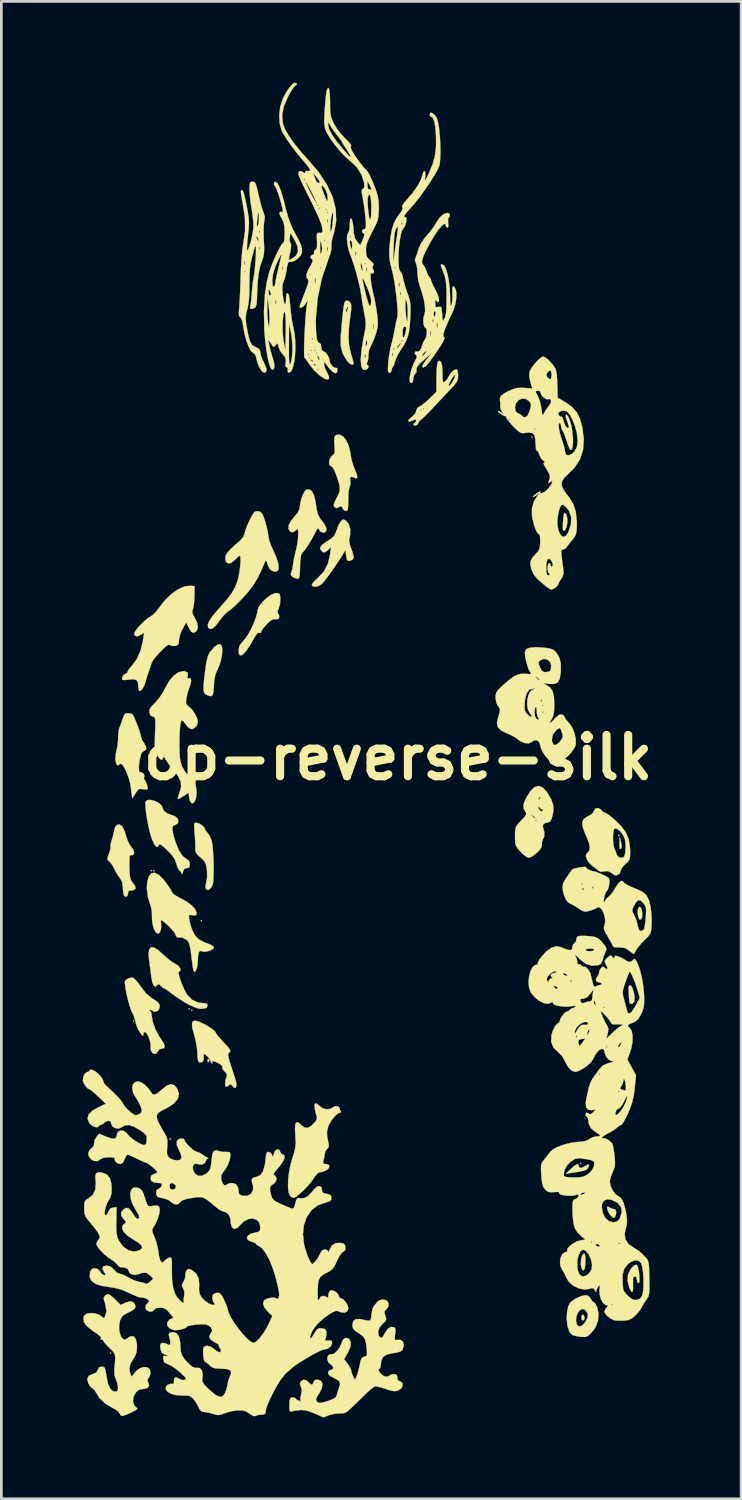
<source format=kicad_pcb>
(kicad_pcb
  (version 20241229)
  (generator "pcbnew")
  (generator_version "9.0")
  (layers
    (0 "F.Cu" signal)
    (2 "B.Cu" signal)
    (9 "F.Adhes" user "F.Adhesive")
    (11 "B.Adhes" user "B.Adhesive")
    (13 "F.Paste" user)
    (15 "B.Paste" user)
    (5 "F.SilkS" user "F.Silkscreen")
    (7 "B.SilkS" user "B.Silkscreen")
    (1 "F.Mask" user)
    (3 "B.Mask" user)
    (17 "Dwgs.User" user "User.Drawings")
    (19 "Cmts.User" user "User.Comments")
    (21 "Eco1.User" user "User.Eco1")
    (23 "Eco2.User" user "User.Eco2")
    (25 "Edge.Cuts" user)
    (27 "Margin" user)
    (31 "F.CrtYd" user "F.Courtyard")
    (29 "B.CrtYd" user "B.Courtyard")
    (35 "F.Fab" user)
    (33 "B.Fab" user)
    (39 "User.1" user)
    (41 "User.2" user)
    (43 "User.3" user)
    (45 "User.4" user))
  (footprint "top-reverse-silk"
    (layer "F.Cu")
    (at 11.205 24.905)
    (property "Reference" "top-reverse-silk" (at 0 0 0) (layer "F.SilkS") (effects (font (size 1.524 1.524) (thickness 0.3))))
    (attr through_hole)
    (fp_poly (pts (xy -10.15 21.975) (xy -10.175 22) (xy -10.2 21.975) (xy -10.175 21.95) (xy -10.15 21.975)) (stroke (width 0.01) (type solid)) (fill yes) (layer "F.SilkS"))
    (fp_poly (pts (xy -9.3 9.725) (xy -9.325 9.75) (xy -9.35 9.725) (xy -9.325 9.7) (xy -9.3 9.725)) (stroke (width 0.01) (type solid)) (fill yes) (layer "F.SilkS"))
    (fp_poly (pts (xy -8.65 4.175) (xy -8.675 4.2) (xy -8.7 4.175) (xy -8.675 4.15) (xy -8.65 4.175)) (stroke (width 0.01) (type solid)) (fill yes) (layer "F.SilkS"))
    (fp_poly (pts (xy -8.55 4.175) (xy -8.575 4.2) (xy -8.6 4.175) (xy -8.575 4.15) (xy -8.55 4.175)) (stroke (width 0.01) (type solid)) (fill yes) (layer "F.SilkS"))
    (fp_poly (pts (xy -7.95 14.075) (xy -7.975 14.1) (xy -8 14.075) (xy -7.975 14.05) (xy -7.95 14.075)) (stroke (width 0.01) (type solid)) (fill yes) (layer "F.SilkS"))
    (fp_poly (pts (xy -7.25 9.275) (xy -7.275 9.3) (xy -7.3 9.275) (xy -7.275 9.25) (xy -7.25 9.275)) (stroke (width 0.01) (type solid)) (fill yes) (layer "F.SilkS"))
    (fp_poly (pts (xy -7.15 9.325) (xy -7.175 9.35) (xy -7.2 9.325) (xy -7.175 9.3) (xy -7.15 9.325)) (stroke (width 0.01) (type solid)) (fill yes) (layer "F.SilkS"))
    (fp_poly (pts (xy -6.8 6.025) (xy -6.825 6.05) (xy -6.85 6.025) (xy -6.825 6) (xy -6.8 6.025)) (stroke (width 0.01) (type solid)) (fill yes) (layer "F.SilkS"))
    (fp_poly (pts (xy 5.4 -11.825) (xy 5.375 -11.8) (xy 5.35 -11.825) (xy 5.375 -11.85) (xy 5.4 -11.825)) (stroke (width 0.01) (type solid)) (fill yes) (layer "F.SilkS"))
    (fp_poly (pts (xy 7.2 14.975) (xy 7.175 15) (xy 7.15 14.975) (xy 7.175 14.95) (xy 7.2 14.975)) (stroke (width 0.01) (type solid)) (fill yes) (layer "F.SilkS"))
    (fp_poly (pts (xy 8.6 2.875) (xy 8.575 2.9) (xy 8.55 2.875) (xy 8.575 2.85) (xy 8.6 2.875)) (stroke (width 0.01) (type solid)) (fill yes) (layer "F.SilkS"))
    (fp_poly (pts (xy -6.549 11.126) (xy -6.52 11.185) (xy -6.527 11.203) (xy -6.575 11.248) (xy -6.599 11.197) (xy -6.6 11.172) (xy -6.575 11.121) (xy -6.549 11.126)) (stroke (width 0.01) (type solid)) (fill yes) (layer "F.SilkS"))
    (fp_poly (pts (xy 7.31 20.632) (xy 7.314 20.647) (xy 7.305 20.739) (xy 7.269 20.77) (xy 7.215 20.757) (xy 7.2 20.673) (xy 7.22 20.573) (xy 7.264 20.557) (xy 7.31 20.632)) (stroke (width 0.01) (type solid)) (fill yes) (layer "F.SilkS"))
    (fp_poly (pts (xy 8.661 3.117) (xy 8.687 3.269) (xy 8.663 3.357) (xy 8.656 3.364) (xy 8.622 3.372) (xy 8.606 3.3) (xy 8.605 3.172) (xy 8.61 2.925) (xy 8.661 3.117)) (stroke (width 0.01) (type solid)) (fill yes) (layer "F.SilkS"))
    (fp_poly (pts (xy 9.399 5.55) (xy 9.435 5.653) (xy 9.448 5.787) (xy 9.437 5.908) (xy 9.403 5.973) (xy 9.343 5.973) (xy 9.334 5.963) (xy 9.292 5.852) (xy 9.276 5.728) (xy 9.283 5.613) (xy 9.31 5.532) (xy 9.352 5.508) (xy 9.399 5.55)) (stroke (width 0.01) (type solid)) (fill yes) (layer "F.SilkS"))
    (fp_poly (pts (xy 6.633 -8.978) (xy 6.656 -8.933) (xy 6.683 -8.807) (xy 6.679 -8.65) (xy 6.649 -8.5) (xy 6.599 -8.392) (xy 6.562 -8.362) (xy 6.528 -8.376) (xy 6.513 -8.454) (xy 6.516 -8.614) (xy 6.519 -8.674) (xy 6.536 -8.885) (xy 6.559 -9.002) (xy 6.59 -9.031) (xy 6.633 -8.978)) (stroke (width 0.01) (type solid)) (fill yes) (layer "F.SilkS"))
    (fp_poly (pts (xy 7.329 18.344) (xy 7.345 18.455) (xy 7.348 18.6) (xy 7.339 18.747) (xy 7.317 18.862) (xy 7.302 18.898) (xy 7.263 18.931) (xy 7.224 18.883) (xy 7.199 18.823) (xy 7.177 18.698) (xy 7.185 18.55) (xy 7.216 18.413) (xy 7.264 18.321) (xy 7.302 18.3) (xy 7.329 18.344)) (stroke (width 0.01) (type solid)) (fill yes) (layer "F.SilkS"))
    (fp_poly (pts (xy 8.21 16.59) (xy 8.311 16.643) (xy 8.357 16.65) (xy 8.457 16.682) (xy 8.486 16.781) (xy 8.471 16.873) (xy 8.431 16.974) (xy 8.374 16.987) (xy 8.289 16.911) (xy 8.254 16.868) (xy 8.193 16.769) (xy 8.156 16.668) (xy 8.147 16.591) (xy 8.169 16.563) (xy 8.21 16.59)) (stroke (width 0.01) (type solid)) (fill yes) (layer "F.SilkS"))
    (fp_poly (pts (xy 9.034 8.423) (xy 9.075 8.488) (xy 9.14 8.687) (xy 9.166 8.868) (xy 9.15 8.998) (xy 9.145 9.009) (xy 9.074 9.089) (xy 9.004 9.087) (xy 8.983 9.062) (xy 8.969 8.996) (xy 8.956 8.866) (xy 8.945 8.708) (xy 8.941 8.56) (xy 8.944 8.463) (xy 8.976 8.404) (xy 9.034 8.423)) (stroke (width 0.01) (type solid)) (fill yes) (layer "F.SilkS"))
    (fp_poly (pts (xy 7.096 15.037) (xy 7.1 15.075) (xy 7.133 15.14) (xy 7.223 15.135) (xy 7.342 15.07) (xy 7.445 15.016) (xy 7.486 15.034) (xy 7.457 15.12) (xy 7.444 15.141) (xy 7.407 15.189) (xy 7.352 15.225) (xy 7.259 15.255) (xy 7.11 15.284) (xy 6.884 15.32) (xy 6.85 15.325) (xy 6.625 15.358) (xy 6.812 15.179) (xy 6.959 15.052) (xy 7.052 15.005) (xy 7.096 15.037)) (stroke (width 0.01) (type solid)) (fill yes) (layer "F.SilkS"))
    (fp_poly (pts (xy 9.251 18.732) (xy 9.288 18.809) (xy 9.318 18.94) (xy 9.337 19.095) (xy 9.343 19.244) (xy 9.334 19.356) (xy 9.307 19.4) (xy 9.307 19.4) (xy 9.264 19.357) (xy 9.25 19.275) (xy 9.223 19.173) (xy 9.171 19.15) (xy 9.126 19.169) (xy 9.105 19.24) (xy 9.104 19.385) (xy 9.105 19.424) (xy 9.106 19.618) (xy 9.087 19.715) (xy 9.049 19.717) (xy 8.992 19.621) (xy 8.976 19.584) (xy 8.902 19.311) (xy 8.92 19.067) (xy 9.028 18.86) (xy 9.047 18.838) (xy 9.151 18.738) (xy 9.219 18.714) (xy 9.251 18.732)) (stroke (width 0.01) (type solid)) (fill yes) (layer "F.SilkS"))
    (fp_poly (pts (xy -6.069 -4.111) (xy -6.051 -3.973) (xy -6.063 -3.789) (xy -6.103 -3.584) (xy -6.168 -3.382) (xy -6.217 -3.274) (xy -6.298 -3.088) (xy -6.343 -2.892) (xy -6.362 -2.65) (xy -6.376 -2.438) (xy -6.406 -2.314) (xy -6.462 -2.265) (xy -6.555 -2.28) (xy -6.638 -2.317) (xy -6.692 -2.354) (xy -6.727 -2.411) (xy -6.744 -2.503) (xy -6.743 -2.645) (xy -6.726 -2.852) (xy -6.693 -3.14) (xy -6.682 -3.229) (xy -6.638 -3.522) (xy -6.586 -3.729) (xy -6.524 -3.866) (xy -6.515 -3.879) (xy -6.359 -4.069) (xy -6.225 -4.17) (xy -6.12 -4.18) (xy -6.069 -4.111)) (stroke (width 0.01) (type solid)) (fill yes) (layer "F.SilkS"))
    (fp_poly (pts (xy -6.921 2.428) (xy -6.806 2.495) (xy -6.721 2.574) (xy -6.7 2.623) (xy -6.666 2.7) (xy -6.6 2.775) (xy -6.522 2.882) (xy -6.455 3.032) (xy -6.443 3.07) (xy -6.417 3.212) (xy -6.397 3.42) (xy -6.382 3.67) (xy -6.373 3.938) (xy -6.371 4.199) (xy -6.377 4.43) (xy -6.39 4.605) (xy -6.407 4.694) (xy -6.479 4.825) (xy -6.561 4.889) (xy -6.634 4.878) (xy -6.666 4.83) (xy -6.671 4.737) (xy -6.645 4.604) (xy -6.64 4.586) (xy -6.613 4.415) (xy -6.615 4.201) (xy -6.622 4.13) (xy -6.652 3.957) (xy -6.701 3.841) (xy -6.793 3.741) (xy -6.855 3.69) (xy -6.975 3.583) (xy -7.033 3.49) (xy -7.048 3.373) (xy -7.047 3.328) (xy -7.049 3.172) (xy -7.06 2.964) (xy -7.075 2.763) (xy -7.089 2.574) (xy -7.088 2.464) (xy -7.068 2.413) (xy -7.027 2.4) (xy -7.027 2.4) (xy -6.921 2.428)) (stroke (width 0.01) (type solid)) (fill yes) (layer "F.SilkS"))
    (fp_poly (pts (xy -1.346 -16.805) (xy -1.31 -16.748) (xy -1.293 -16.674) (xy -1.295 -16.558) (xy -1.315 -16.378) (xy -1.331 -16.268) (xy -1.379 -15.85) (xy -1.393 -15.504) (xy -1.372 -15.208) (xy -1.316 -14.942) (xy -1.301 -14.892) (xy -1.241 -14.7) (xy -1.211 -14.583) (xy -1.209 -14.524) (xy -1.234 -14.503) (xy -1.272 -14.5) (xy -1.346 -14.537) (xy -1.44 -14.63) (xy -1.466 -14.662) (xy -1.611 -14.914) (xy -1.681 -15.194) (xy -1.683 -15.527) (xy -1.682 -15.542) (xy -1.648 -15.935) (xy -1.619 -16.241) (xy -1.597 -16.45) (xy -1.496 -16.45) (xy -1.48 -16.431) (xy -1.449 -16.476) (xy -1.418 -16.554) (xy -1.404 -16.625) (xy -1.423 -16.634) (xy -1.45 -16.6) (xy -1.491 -16.493) (xy -1.496 -16.45) (xy -1.597 -16.45) (xy -1.595 -16.469) (xy -1.573 -16.632) (xy -1.553 -16.742) (xy -1.531 -16.809) (xy -1.507 -16.845) (xy -1.496 -16.854) (xy -1.412 -16.861) (xy -1.346 -16.805)) (stroke (width 0.01) (type solid)) (fill yes) (layer "F.SilkS"))
    (fp_poly (pts (xy 7.477 19.88) (xy 7.538 19.962) (xy 7.6 20.06) (xy 7.655 20.1) (xy 7.655 20.1) (xy 7.704 20.142) (xy 7.765 20.246) (xy 7.781 20.282) (xy 7.833 20.523) (xy 7.811 20.784) (xy 7.721 21.023) (xy 7.658 21.115) (xy 7.53 21.264) (xy 7.432 21.349) (xy 7.329 21.383) (xy 7.187 21.378) (xy 7.025 21.355) (xy 6.88 21.317) (xy 6.79 21.238) (xy 6.74 21.15) (xy 6.681 20.953) (xy 6.664 20.774) (xy 7 20.774) (xy 7.031 20.924) (xy 7.095 20.99) (xy 7.189 20.979) (xy 7.292 20.9) (xy 7.369 20.788) (xy 7.429 20.651) (xy 7.435 20.55) (xy 7.409 20.476) (xy 7.33 20.371) (xy 7.239 20.349) (xy 7.147 20.392) (xy 7.068 20.488) (xy 7.015 20.62) (xy 7 20.774) (xy 6.664 20.774) (xy 6.658 20.705) (xy 6.671 20.45) (xy 6.715 20.251) (xy 6.8 20.101) (xy 6.954 19.983) (xy 6.988 19.965) (xy 7.207 19.867) (xy 7.367 19.839) (xy 7.477 19.88)) (stroke (width 0.01) (type solid)) (fill yes) (layer "F.SilkS"))
    (fp_poly (pts (xy -8.577 7.008) (xy -8.421 7.102) (xy -8.242 7.263) (xy -8.083 7.407) (xy -7.919 7.533) (xy -7.79 7.61) (xy -7.668 7.69) (xy -7.601 7.783) (xy -7.6 7.866) (xy -7.656 7.91) (xy -7.666 7.961) (xy -7.64 8.078) (xy -7.589 8.237) (xy -7.519 8.414) (xy -7.442 8.585) (xy -7.364 8.726) (xy -7.344 8.756) (xy -7.161 8.942) (xy -6.94 9.043) (xy -6.793 9.059) (xy -6.665 9.066) (xy -6.609 9.101) (xy -6.6 9.153) (xy -6.627 9.233) (xy -6.662 9.251) (xy -6.762 9.262) (xy -6.825 9.274) (xy -6.917 9.264) (xy -7.067 9.216) (xy -7.241 9.141) (xy -7.254 9.135) (xy -7.458 9.022) (xy -7.691 8.873) (xy -7.906 8.719) (xy -7.929 8.702) (xy -8.075 8.591) (xy -8.179 8.519) (xy -8.227 8.496) (xy -8.225 8.505) (xy -8.219 8.523) (xy -8.268 8.475) (xy -8.288 8.452) (xy -8.371 8.373) (xy -8.422 8.368) (xy -8.446 8.395) (xy -8.514 8.453) (xy -8.578 8.42) (xy -8.632 8.304) (xy -8.668 8.117) (xy -8.696 7.89) (xy -8.73 7.642) (xy -8.748 7.525) (xy -8.773 7.262) (xy -8.753 7.088) (xy -8.688 7.004) (xy -8.577 7.008)) (stroke (width 0.01) (type solid)) (fill yes) (layer "F.SilkS"))
    (fp_poly (pts (xy -1.553 -8.777) (xy -1.484 -8.735) (xy -1.382 -8.614) (xy -1.33 -8.432) (xy -1.335 -8.222) (xy -1.354 -8.138) (xy -1.374 -8.01) (xy -1.351 -7.871) (xy -1.296 -7.716) (xy -1.24 -7.556) (xy -1.21 -7.421) (xy -1.209 -7.366) (xy -1.256 -7.297) (xy -1.341 -7.26) (xy -1.422 -7.263) (xy -1.458 -7.309) (xy -1.473 -7.408) (xy -1.477 -7.425) (xy -1.49 -7.514) (xy -1.496 -7.575) (xy -1.503 -7.675) (xy -1.557 -7.575) (xy -1.64 -7.434) (xy -1.759 -7.25) (xy -1.899 -7.045) (xy -2.045 -6.838) (xy -2.183 -6.649) (xy -2.299 -6.498) (xy -2.38 -6.407) (xy -2.393 -6.395) (xy -2.515 -6.327) (xy -2.635 -6.302) (xy -2.723 -6.321) (xy -2.75 -6.372) (xy -2.714 -6.44) (xy -2.62 -6.543) (xy -2.528 -6.626) (xy -2.299 -6.871) (xy -2.148 -7.171) (xy -2.074 -7.5) (xy -2.04 -7.775) (xy -2.149 -7.66) (xy -2.259 -7.575) (xy -2.348 -7.583) (xy -2.421 -7.669) (xy -2.443 -7.743) (xy -2.396 -7.819) (xy -2.344 -7.866) (xy -2.202 -7.971) (xy -2.059 -8.059) (xy -1.924 -8.175) (xy -1.873 -8.284) (xy -1.762 -8.584) (xy -1.674 -8.719) (xy -1.615 -8.782) (xy -1.553 -8.777)) (stroke (width 0.01) (type solid)) (fill yes) (layer "F.SilkS"))
    (fp_poly (pts (xy -9.741 2.55) (xy -9.656 2.716) (xy -9.599 2.903) (xy -9.54 3.079) (xy -9.459 3.234) (xy -9.419 3.286) (xy -9.324 3.422) (xy -9.302 3.531) (xy -9.352 3.597) (xy -9.458 3.608) (xy -9.471 3.652) (xy -9.479 3.774) (xy -9.481 3.952) (xy -9.48 4.051) (xy -9.471 4.275) (xy -9.454 4.424) (xy -9.424 4.523) (xy -9.375 4.597) (xy -9.359 4.615) (xy -9.266 4.745) (xy -9.257 4.842) (xy -9.329 4.894) (xy -9.391 4.9) (xy -9.495 4.916) (xy -9.529 4.978) (xy -9.529 5.007) (xy -9.553 5.104) (xy -9.612 5.14) (xy -9.676 5.098) (xy -9.679 5.094) (xy -9.702 5.01) (xy -9.718 4.869) (xy -9.721 4.795) (xy -9.746 4.598) (xy -9.819 4.459) (xy -9.836 4.44) (xy -9.927 4.316) (xy -10.012 4.158) (xy -10.027 4.124) (xy -10.104 3.978) (xy -10.192 3.862) (xy -10.214 3.843) (xy -10.276 3.786) (xy -10.294 3.729) (xy -10.269 3.634) (xy -10.236 3.548) (xy -10.191 3.413) (xy -10.174 3.317) (xy -10.177 3.297) (xy -10.177 3.23) (xy -10.149 3.105) (xy -10.129 3.041) (xy -10.08 2.872) (xy -10.046 2.715) (xy -10.041 2.68) (xy -10 2.555) (xy -9.934 2.48) (xy -9.836 2.469) (xy -9.741 2.55)) (stroke (width 0.01) (type solid)) (fill yes) (layer "F.SilkS"))
    (fp_poly (pts (xy -3.981 -6.065) (xy -3.934 -6.026) (xy -3.914 -5.923) (xy -3.91 -5.865) (xy -3.92 -5.676) (xy -3.97 -5.51) (xy -3.972 -5.506) (xy -4.016 -5.385) (xy -4 -5.325) (xy -3.959 -5.255) (xy -3.95 -5.193) (xy -3.971 -5.121) (xy -4.05 -5.104) (xy -4.089 -5.107) (xy -4.186 -5.099) (xy -4.286 -5.042) (xy -4.413 -4.92) (xy -4.438 -4.893) (xy -4.543 -4.77) (xy -4.606 -4.675) (xy -4.616 -4.633) (xy -4.622 -4.604) (xy -4.717 -4.602) (xy -4.731 -4.603) (xy -4.777 -4.568) (xy -4.819 -4.506) (xy -4.997 -4.199) (xy -5.14 -3.978) (xy -5.253 -3.837) (xy -5.339 -3.771) (xy -5.404 -3.774) (xy -5.418 -3.785) (xy -5.445 -3.864) (xy -5.446 -3.987) (xy -5.425 -4.103) (xy -5.409 -4.137) (xy -5.354 -4.21) (xy -5.26 -4.325) (xy -5.206 -4.387) (xy -5.102 -4.535) (xy -4.992 -4.737) (xy -4.889 -4.963) (xy -4.807 -5.181) (xy -4.758 -5.363) (xy -4.75 -5.436) (xy -4.71 -5.555) (xy -4.624 -5.675) (xy -4.6 -5.675) (xy -4.575 -5.65) (xy -4.55 -5.675) (xy -4.575 -5.7) (xy -4.6 -5.675) (xy -4.624 -5.675) (xy -4.606 -5.699) (xy -4.463 -5.845) (xy -4.305 -5.97) (xy -4.156 -6.051) (xy -4.078 -6.069) (xy -3.981 -6.065)) (stroke (width 0.01) (type solid)) (fill yes) (layer "F.SilkS"))
    (fp_poly (pts (xy -1.597 -11.852) (xy -1.484 -11.713) (xy -1.392 -11.516) (xy -1.331 -11.277) (xy -1.319 -11.184) (xy -1.282 -10.989) (xy -1.215 -10.768) (xy -1.163 -10.638) (xy -1.087 -10.446) (xy -1.07 -10.333) (xy -1.113 -10.301) (xy -1.2 -10.338) (xy -1.294 -10.366) (xy -1.339 -10.314) (xy -1.325 -10.201) (xy -1.323 -10.081) (xy -1.351 -9.998) (xy -1.378 -9.898) (xy -1.397 -9.732) (xy -1.405 -9.532) (xy -1.405 -9.496) (xy -1.406 -9.297) (xy -1.416 -9.178) (xy -1.438 -9.12) (xy -1.478 -9.101) (xy -1.495 -9.1) (xy -1.582 -9.142) (xy -1.615 -9.203) (xy -1.647 -9.273) (xy -1.706 -9.265) (xy -1.745 -9.242) (xy -1.839 -9.203) (xy -1.908 -9.238) (xy -1.936 -9.28) (xy -1.937 -9.34) (xy -1.903 -9.436) (xy -1.83 -9.588) (xy -1.764 -9.717) (xy -1.723 -9.827) (xy -1.716 -9.953) (xy -1.746 -10.118) (xy -1.816 -10.342) (xy -1.857 -10.459) (xy -1.923 -10.612) (xy -1.988 -10.717) (xy -2.032 -10.75) (xy -2.095 -10.788) (xy -2.113 -10.882) (xy -2.091 -10.998) (xy -2.031 -11.105) (xy -1.989 -11.144) (xy -1.934 -11.195) (xy -1.907 -11.268) (xy -1.904 -11.391) (xy -1.913 -11.533) (xy -1.923 -11.712) (xy -1.915 -11.817) (xy -1.884 -11.876) (xy -1.844 -11.903) (xy -1.72 -11.92) (xy -1.597 -11.852)) (stroke (width 0.01) (type solid)) (fill yes) (layer "F.SilkS"))
    (fp_poly (pts (xy -8.553 1.599) (xy -8.413 1.667) (xy -8.304 1.756) (xy -8.251 1.854) (xy -8.25 1.872) (xy -8.205 1.969) (xy -8.088 2.058) (xy -7.927 2.12) (xy -7.912 2.123) (xy -7.77 2.183) (xy -7.686 2.277) (xy -7.676 2.381) (xy -7.703 2.428) (xy -7.788 2.49) (xy -7.831 2.5) (xy -7.886 2.54) (xy -7.894 2.66) (xy -7.854 2.864) (xy -7.78 3.116) (xy -7.655 3.423) (xy -7.512 3.638) (xy -7.354 3.758) (xy -7.338 3.765) (xy -7.266 3.841) (xy -7.25 3.94) (xy -7.265 4.044) (xy -7.326 4.078) (xy -7.361 4.079) (xy -7.45 4.103) (xy -7.499 4.199) (xy -7.505 4.225) (xy -7.529 4.304) (xy -7.543 4.301) (xy -7.544 4.293) (xy -7.586 4.206) (xy -7.618 4.185) (xy -7.669 4.124) (xy -7.723 4) (xy -7.745 3.923) (xy -7.801 3.767) (xy -7.894 3.621) (xy -8.046 3.455) (xy -8.09 3.413) (xy -8.239 3.276) (xy -8.332 3.207) (xy -8.38 3.2) (xy -8.392 3.222) (xy -8.43 3.298) (xy -8.489 3.287) (xy -8.561 3.198) (xy -8.637 3.038) (xy -8.678 2.925) (xy -8.734 2.726) (xy -8.787 2.49) (xy -8.833 2.241) (xy -8.867 2.005) (xy -8.887 1.804) (xy -8.889 1.664) (xy -8.881 1.623) (xy -8.814 1.566) (xy -8.695 1.562) (xy -8.553 1.599)) (stroke (width 0.01) (type solid)) (fill yes) (layer "F.SilkS"))
    (fp_poly (pts (xy -9.428 -1.628) (xy -9.362 -1.59) (xy -9.314 -1.505) (xy -9.249 -1.357) (xy -9.178 -1.176) (xy -9.113 -0.994) (xy -9.066 -0.843) (xy -9.049 -0.757) (xy -9.019 -0.661) (xy -8.95 -0.55) (xy -8.871 -0.416) (xy -8.856 -0.311) (xy -8.908 -0.255) (xy -8.942 -0.25) (xy -8.996 -0.231) (xy -9.037 -0.161) (xy -9.076 -0.021) (xy -9.098 0.091) (xy -9.131 0.317) (xy -9.124 0.482) (xy -9.069 0.619) (xy -8.958 0.762) (xy -8.945 0.777) (xy -8.867 0.903) (xy -8.82 1.038) (xy -8.804 1.141) (xy -8.831 1.179) (xy -8.924 1.173) (xy -8.967 1.167) (xy -9.086 1.156) (xy -9.162 1.189) (xy -9.234 1.286) (xy -9.253 1.319) (xy -9.321 1.43) (xy -9.366 1.494) (xy -9.373 1.5) (xy -9.383 1.454) (xy -9.399 1.335) (xy -9.417 1.167) (xy -9.417 1.161) (xy -9.449 0.965) (xy -9.504 0.761) (xy -9.574 0.568) (xy -9.651 0.402) (xy -9.727 0.282) (xy -9.794 0.226) (xy -9.838 0.242) (xy -9.9 0.294) (xy -9.949 0.263) (xy -9.982 0.17) (xy -9.995 0.031) (xy -9.983 -0.134) (xy -9.947 -0.3) (xy -9.916 -0.456) (xy -9.898 -0.652) (xy -9.896 -0.741) (xy -9.888 -0.909) (xy -9.867 -1.044) (xy -9.851 -1.091) (xy -9.81 -1.189) (xy -9.76 -1.337) (xy -9.74 -1.4) (xy -9.688 -1.544) (xy -9.627 -1.616) (xy -9.546 -1.64) (xy -9.428 -1.628)) (stroke (width 0.01) (type solid)) (fill yes) (layer "F.SilkS"))
    (fp_poly (pts (xy -9.349 8.125) (xy -9.276 8.18) (xy -9.173 8.296) (xy -9.06 8.45) (xy -9.05 8.465) (xy -8.863 8.706) (xy -8.666 8.871) (xy -8.61 8.905) (xy -8.454 9.007) (xy -8.376 9.103) (xy -8.36 9.164) (xy -8.382 9.284) (xy -8.46 9.362) (xy -8.564 9.378) (xy -8.629 9.346) (xy -8.704 9.31) (xy -8.735 9.318) (xy -8.73 9.348) (xy -8.716 9.35) (xy -8.679 9.394) (xy -8.661 9.499) (xy -8.661 9.502) (xy -8.621 9.745) (xy -8.526 10.017) (xy -8.39 10.276) (xy -8.317 10.382) (xy -8.213 10.544) (xy -8.175 10.664) (xy -8.205 10.732) (xy -8.286 10.74) (xy -8.376 10.77) (xy -8.424 10.838) (xy -8.497 10.935) (xy -8.585 10.933) (xy -8.647 10.879) (xy -8.694 10.784) (xy -8.697 10.741) (xy -8.697 10.598) (xy -8.726 10.444) (xy -8.775 10.3) (xy -8.834 10.188) (xy -8.894 10.129) (xy -8.946 10.145) (xy -8.951 10.152) (xy -8.975 10.242) (xy -8.968 10.273) (xy -8.98 10.273) (xy -9.039 10.212) (xy -9.07 10.176) (xy -9.158 10.035) (xy -9.23 9.853) (xy -9.25 9.78) (xy -9.288 9.626) (xy -9.326 9.511) (xy -9.343 9.478) (xy -9.402 9.362) (xy -9.468 9.175) (xy -9.533 8.945) (xy -9.59 8.703) (xy -9.631 8.475) (xy -9.649 8.292) (xy -9.65 8.275) (xy -9.607 8.203) (xy -9.508 8.144) (xy -9.395 8.119) (xy -9.349 8.125)) (stroke (width 0.01) (type solid)) (fill yes) (layer "F.SilkS"))
    (fp_poly (pts (xy -2.825 -9.887) (xy -2.739 -9.82) (xy -2.67 -9.682) (xy -2.615 -9.463) (xy -2.568 -9.154) (xy -2.568 -9.15) (xy -2.517 -8.954) (xy -2.428 -8.802) (xy -2.426 -8.8) (xy -2.289 -8.625) (xy -2.216 -8.476) (xy -2.209 -8.366) (xy -2.271 -8.307) (xy -2.322 -8.3) (xy -2.436 -8.339) (xy -2.478 -8.41) (xy -2.503 -8.463) (xy -2.534 -8.454) (xy -2.585 -8.373) (xy -2.636 -8.272) (xy -2.76 -8.042) (xy -2.888 -7.83) (xy -3.005 -7.661) (xy -3.094 -7.563) (xy -3.145 -7.465) (xy -3.173 -7.283) (xy -3.177 -7.213) (xy -3.185 -6.957) (xy -3.194 -6.785) (xy -3.204 -6.679) (xy -3.221 -6.625) (xy -3.247 -6.604) (xy -3.284 -6.602) (xy -3.288 -6.602) (xy -3.397 -6.632) (xy -3.466 -6.672) (xy -3.528 -6.747) (xy -3.506 -6.839) (xy -3.504 -6.843) (xy -3.462 -6.971) (xy -3.449 -7.084) (xy -3.434 -7.203) (xy -3.399 -7.38) (xy -3.35 -7.575) (xy -3.299 -7.798) (xy -3.263 -8.03) (xy -3.251 -8.195) (xy -3.252 -8.349) (xy -3.263 -8.419) (xy -3.293 -8.422) (xy -3.351 -8.374) (xy -3.353 -8.372) (xy -3.447 -8.311) (xy -3.53 -8.328) (xy -3.54 -8.334) (xy -3.611 -8.432) (xy -3.602 -8.571) (xy -3.517 -8.737) (xy -3.402 -8.873) (xy -3.259 -9.047) (xy -3.199 -9.195) (xy -3.196 -9.227) (xy -3.174 -9.4) (xy -3.124 -9.581) (xy -3.057 -9.743) (xy -2.985 -9.856) (xy -2.934 -9.891) (xy -2.825 -9.887)) (stroke (width 0.01) (type solid)) (fill yes) (layer "F.SilkS"))
    (fp_poly (pts (xy -7.007 9.716) (xy -6.887 9.757) (xy -6.733 9.83) (xy -6.573 9.921) (xy -6.43 10.013) (xy -6.332 10.092) (xy -6.302 10.136) (xy -6.268 10.199) (xy -6.181 10.311) (xy -6.055 10.453) (xy -6.004 10.509) (xy -5.861 10.661) (xy -5.781 10.761) (xy -5.754 10.823) (xy -5.771 10.864) (xy -5.788 10.878) (xy -5.828 10.918) (xy -5.84 10.974) (xy -5.823 11.072) (xy -5.776 11.235) (xy -5.762 11.281) (xy -5.695 11.491) (xy -5.627 11.696) (xy -5.578 11.836) (xy -5.536 11.996) (xy -5.532 12.118) (xy -5.559 12.188) (xy -5.613 12.188) (xy -5.683 12.113) (xy -5.74 12.055) (xy -5.802 12.085) (xy -5.805 12.088) (xy -5.881 12.141) (xy -5.91 12.15) (xy -5.942 12.108) (xy -5.948 12.008) (xy -5.931 11.888) (xy -5.899 11.798) (xy -5.878 11.707) (xy -5.934 11.616) (xy -5.949 11.601) (xy -6.022 11.52) (xy -6.05 11.475) (xy -6.05 11.401) (xy -6.091 11.349) (xy -6.187 11.283) (xy -6.301 11.227) (xy -6.395 11.2) (xy -6.4 11.2) (xy -6.43 11.231) (xy -6.42 11.258) (xy -6.414 11.292) (xy -6.443 11.279) (xy -6.483 11.225) (xy -6.479 11.206) (xy -6.497 11.152) (xy -6.571 11.062) (xy -6.603 11.03) (xy -6.696 10.949) (xy -6.737 10.936) (xy -6.742 10.983) (xy -6.741 11.146) (xy -6.78 11.229) (xy -6.85 11.25) (xy -6.903 11.245) (xy -6.936 11.217) (xy -6.956 11.146) (xy -6.967 11.012) (xy -6.975 10.825) (xy -6.996 10.644) (xy -7.04 10.421) (xy -7.092 10.227) (xy -7.156 9.985) (xy -7.172 9.824) (xy -7.139 9.735) (xy -7.055 9.71) (xy -7.007 9.716)) (stroke (width 0.01) (type solid)) (fill yes) (layer "F.SilkS"))
    (fp_poly (pts (xy 7.903 1.908) (xy 7.925 1.933) (xy 7.999 2.006) (xy 8.046 2.025) (xy 8.125 2.059) (xy 8.253 2.15) (xy 8.41 2.282) (xy 8.576 2.439) (xy 8.674 2.54) (xy 8.848 2.776) (xy 8.953 3.044) (xy 8.997 3.366) (xy 8.999 3.479) (xy 8.995 3.652) (xy 8.974 3.761) (xy 8.92 3.843) (xy 8.825 3.929) (xy 8.712 4.046) (xy 8.654 4.156) (xy 8.65 4.182) (xy 8.607 4.289) (xy 8.5 4.346) (xy 8.458 4.349) (xy 8.399 4.321) (xy 8.304 4.255) (xy 8.176 4.19) (xy 8.039 4.203) (xy 7.908 4.217) (xy 7.81 4.161) (xy 7.809 4.16) (xy 7.702 4.068) (xy 7.594 3.991) (xy 7.482 3.884) (xy 7.401 3.752) (xy 7.363 3.637) (xy 7.381 3.563) (xy 7.438 3.5) (xy 7.496 3.421) (xy 7.512 3.316) (xy 7.484 3.17) (xy 7.41 2.968) (xy 8.365 2.968) (xy 8.373 3.144) (xy 8.398 3.298) (xy 8.421 3.37) (xy 8.477 3.504) (xy 8.518 3.612) (xy 8.518 3.612) (xy 8.588 3.683) (xy 8.669 3.7) (xy 8.744 3.688) (xy 8.787 3.637) (xy 8.815 3.519) (xy 8.824 3.457) (xy 8.833 3.253) (xy 8.812 3.053) (xy 8.803 3.009) (xy 8.738 2.862) (xy 8.641 2.73) (xy 8.533 2.639) (xy 8.439 2.613) (xy 8.429 2.615) (xy 8.393 2.674) (xy 8.371 2.802) (xy 8.365 2.968) (xy 7.41 2.968) (xy 7.409 2.966) (xy 7.33 2.785) (xy 7.245 2.559) (xy 7.229 2.394) (xy 7.284 2.272) (xy 7.413 2.18) (xy 7.454 2.161) (xy 7.595 2.076) (xy 7.66 1.982) (xy 7.66 1.977) (xy 7.712 1.886) (xy 7.805 1.86) (xy 7.903 1.908)) (stroke (width 0.01) (type solid)) (fill yes) (layer "F.SilkS"))
    (fp_poly (pts (xy -4.683 -9.081) (xy -4.618 -9.046) (xy -4.561 -8.964) (xy -4.504 -8.817) (xy -4.461 -8.678) (xy -4.407 -8.477) (xy -4.368 -8.296) (xy -4.35 -8.17) (xy -4.35 -8.16) (xy -4.328 -8.042) (xy -4.272 -7.874) (xy -4.201 -7.71) (xy -4.064 -7.4) (xy -3.987 -7.157) (xy -3.969 -6.984) (xy -4.01 -6.884) (xy -4.11 -6.86) (xy -4.186 -6.878) (xy -4.297 -6.951) (xy -4.37 -7.092) (xy -4.38 -7.126) (xy -4.419 -7.243) (xy -4.447 -7.274) (xy -4.474 -7.23) (xy -4.476 -7.225) (xy -4.605 -6.915) (xy -4.758 -6.61) (xy -4.906 -6.364) (xy -5.049 -6.174) (xy -5.23 -5.963) (xy -5.426 -5.754) (xy -5.617 -5.57) (xy -5.779 -5.433) (xy -5.837 -5.393) (xy -5.955 -5.293) (xy -6.087 -5.144) (xy -6.176 -5.02) (xy -6.307 -4.848) (xy -6.426 -4.757) (xy -6.524 -4.751) (xy -6.574 -4.798) (xy -6.589 -4.897) (xy -6.535 -5.038) (xy -6.408 -5.227) (xy -6.205 -5.468) (xy -6.112 -5.57) (xy -5.869 -5.846) (xy -5.693 -6.084) (xy -5.569 -6.309) (xy -5.484 -6.543) (xy -5.452 -6.668) (xy -5.417 -6.859) (xy -5.392 -7.057) (xy -5.379 -7.237) (xy -5.379 -7.374) (xy -5.395 -7.445) (xy -5.403 -7.45) (xy -5.463 -7.416) (xy -5.555 -7.33) (xy -5.585 -7.298) (xy -5.717 -7.186) (xy -5.829 -7.16) (xy -5.909 -7.218) (xy -5.94 -7.327) (xy -5.932 -7.438) (xy -5.874 -7.548) (xy -5.759 -7.677) (xy -5.617 -7.813) (xy -5.473 -7.939) (xy -5.413 -7.987) (xy -5.273 -8.148) (xy -5.227 -8.283) (xy -5.187 -8.422) (xy -5.119 -8.596) (xy -5.035 -8.778) (xy -4.95 -8.938) (xy -4.878 -9.048) (xy -4.848 -9.076) (xy -4.76 -9.091) (xy -4.683 -9.081)) (stroke (width 0.01) (type solid)) (fill yes) (layer "F.SilkS"))
    (fp_poly (pts (xy -2.539 12.788) (xy -2.478 12.847) (xy -2.339 12.946) (xy -2.181 12.983) (xy -2.038 12.952) (xy -2 12.925) (xy -1.895 12.868) (xy -1.794 12.866) (xy -1.731 12.917) (xy -1.725 12.951) (xy -1.695 13.041) (xy -1.675 13.062) (xy -1.667 13.093) (xy -1.703 13.099) (xy -1.796 13.141) (xy -1.91 13.248) (xy -2.024 13.394) (xy -2.117 13.554) (xy -2.157 13.655) (xy -2.19 13.822) (xy -2.18 13.996) (xy -2.156 14.113) (xy -2.125 14.269) (xy -2.123 14.359) (xy -2.154 14.414) (xy -2.18 14.435) (xy -2.247 14.529) (xy -2.276 14.638) (xy -2.297 14.787) (xy -2.322 14.89) (xy -2.333 14.971) (xy -2.277 14.998) (xy -2.228 15) (xy -2.127 15.024) (xy -2.1 15.092) (xy -2.144 15.179) (xy -2.255 15.254) (xy -2.397 15.296) (xy -2.45 15.3) (xy -2.541 15.346) (xy -2.647 15.476) (xy -2.677 15.524) (xy -2.771 15.658) (xy -2.903 15.813) (xy -3.054 15.968) (xy -3.202 16.105) (xy -3.33 16.206) (xy -3.416 16.249) (xy -3.423 16.25) (xy -3.505 16.215) (xy -3.556 16.167) (xy -3.606 16.046) (xy -3.627 15.852) (xy -3.623 15.608) (xy -3.595 15.335) (xy -3.543 15.057) (xy -3.47 14.8) (xy -3.398 14.574) (xy -3.358 14.401) (xy -3.344 14.24) (xy -3.351 14.05) (xy -3.354 14) (xy -3.369 13.733) (xy -3.361 13.557) (xy -3.329 13.468) (xy -3.268 13.458) (xy -3.178 13.523) (xy -3.155 13.545) (xy -3.02 13.65) (xy -2.9 13.667) (xy -2.772 13.593) (xy -2.702 13.527) (xy -2.602 13.417) (xy -2.561 13.335) (xy -2.568 13.242) (xy -2.592 13.158) (xy -2.642 12.951) (xy -2.648 12.816) (xy -2.613 12.76) (xy -2.539 12.788)) (stroke (width 0.01) (type solid)) (fill yes) (layer "F.SilkS"))
    (fp_poly (pts (xy -8.392 4.332) (xy -8.219 4.505) (xy -8.135 4.611) (xy -8.024 4.767) (xy -7.942 4.897) (xy -7.902 4.976) (xy -7.901 4.984) (xy -7.859 5.034) (xy -7.749 5.107) (xy -7.612 5.18) (xy -7.369 5.315) (xy -7.175 5.461) (xy -7.048 5.604) (xy -7 5.73) (xy -7 5.734) (xy -7.013 5.811) (xy -7.072 5.83) (xy -7.148 5.818) (xy -7.248 5.804) (xy -7.283 5.837) (xy -7.277 5.939) (xy -7.274 5.957) (xy -7.243 6.104) (xy -7.188 6.288) (xy -7.157 6.375) (xy -7.06 6.563) (xy -6.923 6.703) (xy -6.721 6.815) (xy -6.559 6.877) (xy -6.437 6.931) (xy -6.365 6.986) (xy -6.36 6.995) (xy -6.385 7.054) (xy -6.477 7.11) (xy -6.6 7.152) (xy -6.722 7.167) (xy -6.796 7.152) (xy -6.878 7.136) (xy -6.928 7.2) (xy -6.949 7.352) (xy -6.95 7.423) (xy -6.961 7.607) (xy -6.988 7.759) (xy -7.026 7.865) (xy -7.069 7.908) (xy -7.109 7.873) (xy -7.121 7.838) (xy -7.135 7.763) (xy -7.156 7.614) (xy -7.181 7.418) (xy -7.196 7.3) (xy -7.226 7.071) (xy -7.256 6.918) (xy -7.294 6.819) (xy -7.346 6.75) (xy -7.38 6.72) (xy -7.526 6.643) (xy -7.626 6.638) (xy -7.721 6.635) (xy -7.77 6.561) (xy -7.778 6.531) (xy -7.825 6.449) (xy -7.921 6.334) (xy -8.042 6.208) (xy -8.166 6.095) (xy -8.267 6.019) (xy -8.313 6) (xy -8.322 6.042) (xy -8.312 6.124) (xy -8.305 6.278) (xy -8.336 6.411) (xy -8.395 6.49) (xy -8.429 6.5) (xy -8.505 6.454) (xy -8.572 6.334) (xy -8.622 6.164) (xy -8.646 5.97) (xy -8.646 5.879) (xy -8.651 5.697) (xy -8.678 5.53) (xy -8.696 5.475) (xy -8.796 5.154) (xy -8.837 4.83) (xy -8.82 4.58) (xy -8.758 4.377) (xy -8.664 4.268) (xy -8.542 4.253) (xy -8.392 4.332)) (stroke (width 0.01) (type solid)) (fill yes) (layer "F.SilkS"))
    (fp_poly (pts (xy -7.075 -6.325) (xy -7.08 -5.947) (xy -7.09 -5.749) (xy -7.111 -5.58) (xy -7.137 -5.474) (xy -7.14 -5.469) (xy -7.164 -5.384) (xy -7.136 -5.283) (xy -7.074 -5.171) (xy -6.98 -4.971) (xy -6.955 -4.798) (xy -7 -4.671) (xy -7.01 -4.66) (xy -7.108 -4.604) (xy -7.198 -4.643) (xy -7.285 -4.779) (xy -7.292 -4.795) (xy -7.38 -4.991) (xy -7.515 -4.751) (xy -7.598 -4.567) (xy -7.645 -4.391) (xy -7.65 -4.331) (xy -7.662 -4.205) (xy -7.713 -4.143) (xy -7.776 -4.12) (xy -7.898 -4.117) (xy -7.971 -4.147) (xy -8.026 -4.165) (xy -8.1 -4.13) (xy -8.212 -4.03) (xy -8.252 -3.99) (xy -8.423 -3.813) (xy -8.538 -3.684) (xy -8.612 -3.583) (xy -8.66 -3.488) (xy -8.697 -3.377) (xy -8.698 -3.375) (xy -8.746 -3.222) (xy -8.792 -3.095) (xy -8.8 -3.075) (xy -8.842 -2.951) (xy -8.874 -2.825) (xy -8.924 -2.673) (xy -8.995 -2.542) (xy -9.069 -2.461) (xy -9.101 -2.45) (xy -9.135 -2.494) (xy -9.151 -2.6) (xy -9.151 -2.612) (xy -9.165 -2.774) (xy -9.218 -2.861) (xy -9.329 -2.889) (xy -9.494 -2.876) (xy -9.644 -2.859) (xy -9.72 -2.865) (xy -9.747 -2.902) (xy -9.75 -2.942) (xy -9.707 -3.04) (xy -9.65 -3.075) (xy -9.569 -3.124) (xy -9.55 -3.164) (xy -9.518 -3.23) (xy -9.435 -3.336) (xy -9.378 -3.398) (xy -9.202 -3.64) (xy -9.066 -3.952) (xy -8.981 -4.307) (xy -8.976 -4.342) (xy -8.939 -4.609) (xy -9.067 -4.525) (xy -9.193 -4.472) (xy -9.275 -4.497) (xy -9.3 -4.58) (xy -9.265 -4.662) (xy -9.173 -4.783) (xy -9.048 -4.921) (xy -8.911 -5.052) (xy -8.783 -5.154) (xy -8.711 -5.197) (xy -8.607 -5.27) (xy -8.486 -5.396) (xy -8.41 -5.497) (xy -8.18 -5.791) (xy -7.933 -6.033) (xy -7.683 -6.211) (xy -7.442 -6.317) (xy -7.232 -6.34) (xy -7.075 -6.325)) (stroke (width 0.01) (type solid)) (fill yes) (layer "F.SilkS"))
    (fp_poly (pts (xy 2.01 -14.61) (xy 2.049 -14.515) (xy 2.07 -14.332) (xy 2.073 -14.179) (xy 2.074 -13.992) (xy 2.082 -13.888) (xy 2.103 -13.849) (xy 2.142 -13.857) (xy 2.159 -13.867) (xy 2.242 -13.953) (xy 2.305 -14.063) (xy 2.379 -14.185) (xy 2.475 -14.281) (xy 2.567 -14.326) (xy 2.608 -14.32) (xy 2.634 -14.258) (xy 2.649 -14.135) (xy 2.65 -14.09) (xy 2.64 -13.969) (xy 2.601 -13.866) (xy 2.516 -13.751) (xy 2.404 -13.63) (xy 2.267 -13.487) (xy 2.088 -13.297) (xy 1.893 -13.088) (xy 1.741 -12.925) (xy 1.576 -12.75) (xy 1.432 -12.605) (xy 1.325 -12.503) (xy 1.268 -12.46) (xy 1.268 -12.46) (xy 1.209 -12.404) (xy 1.185 -12.347) (xy 1.137 -12.279) (xy 1.066 -12.249) (xy 1.01 -12.267) (xy 1 -12.3) (xy 1.038 -12.349) (xy 1.05 -12.35) (xy 1.094 -12.391) (xy 1.1 -12.427) (xy 1.082 -12.477) (xy 1.012 -12.456) (xy 1.003 -12.452) (xy 0.871 -12.399) (xy 0.809 -12.408) (xy 0.824 -12.465) (xy 0.922 -12.556) (xy 0.95 -12.575) (xy 1.065 -12.687) (xy 1.1 -12.789) (xy 1.114 -12.825) (xy 1.25 -12.825) (xy 1.275 -12.8) (xy 1.3 -12.825) (xy 1.275 -12.85) (xy 1.25 -12.825) (xy 1.114 -12.825) (xy 1.134 -12.875) (xy 1.35 -12.875) (xy 1.375 -12.85) (xy 1.4 -12.875) (xy 1.375 -12.9) (xy 1.35 -12.875) (xy 1.134 -12.875) (xy 1.145 -12.901) (xy 1.217 -12.947) (xy 1.312 -13.004) (xy 1.446 -13.11) (xy 1.592 -13.242) (xy 1.592 -13.243) (xy 1.85 -13.494) (xy 1.85 -13.711) (xy 2.299 -13.711) (xy 2.331 -13.716) (xy 2.405 -13.806) (xy 2.45 -13.875) (xy 2.514 -13.999) (xy 2.54 -14.093) (xy 2.539 -14.109) (xy 2.506 -14.103) (xy 2.444 -14.026) (xy 2.388 -13.934) (xy 2.316 -13.786) (xy 2.299 -13.711) (xy 1.85 -13.711) (xy 1.851 -14.009) (xy 1.857 -14.303) (xy 1.877 -14.503) (xy 1.91 -14.615) (xy 1.96 -14.643) (xy 2.01 -14.61)) (stroke (width 0.01) (type solid)) (fill yes) (layer "F.SilkS"))
    (fp_poly (pts (xy 5.77 1.107) (xy 5.919 1.265) (xy 5.94 1.296) (xy 6.084 1.538) (xy 6.157 1.747) (xy 6.167 1.954) (xy 6.137 2.126) (xy 6.093 2.267) (xy 6.048 2.359) (xy 6.025 2.377) (xy 5.883 2.406) (xy 5.791 2.466) (xy 5.775 2.542) (xy 5.775 2.542) (xy 5.832 2.75) (xy 5.829 2.912) (xy 5.796 2.98) (xy 5.749 3.089) (xy 5.74 3.199) (xy 5.725 3.308) (xy 5.651 3.42) (xy 5.55 3.519) (xy 5.42 3.621) (xy 5.305 3.687) (xy 5.256 3.7) (xy 5.174 3.665) (xy 5.057 3.575) (xy 4.956 3.476) (xy 4.847 3.352) (xy 4.786 3.255) (xy 4.758 3.145) (xy 4.75 2.987) (xy 4.75 2.906) (xy 4.753 2.721) (xy 4.771 2.599) (xy 4.818 2.503) (xy 4.909 2.396) (xy 4.976 2.327) (xy 4.978 2.325) (xy 5.5 2.325) (xy 5.525 2.35) (xy 5.55 2.325) (xy 5.525 2.3) (xy 5.5 2.325) (xy 4.978 2.325) (xy 5.096 2.199) (xy 5.155 2.117) (xy 5.158 2.1) (xy 5.353 2.1) (xy 5.366 2.126) (xy 5.394 2.163) (xy 5.467 2.24) (xy 5.499 2.24) (xy 5.5 2.231) (xy 5.466 2.189) (xy 5.412 2.144) (xy 5.353 2.1) (xy 5.158 2.1) (xy 5.164 2.058) (xy 5.133 1.997) (xy 5.126 1.986) (xy 5.066 1.873) (xy 5.063 1.817) (xy 5.617 1.817) (xy 5.618 1.874) (xy 5.649 1.924) (xy 5.713 1.99) (xy 5.753 1.981) (xy 5.78 1.942) (xy 5.786 1.908) (xy 5.763 1.917) (xy 5.705 1.907) (xy 5.679 1.868) (xy 5.639 1.813) (xy 5.617 1.817) (xy 5.063 1.817) (xy 5.059 1.756) (xy 5.107 1.607) (xy 5.136 1.547) (xy 5.612 1.547) (xy 5.619 1.55) (xy 5.665 1.515) (xy 5.675 1.5) (xy 5.688 1.453) (xy 5.681 1.45) (xy 5.635 1.485) (xy 5.625 1.5) (xy 5.612 1.547) (xy 5.136 1.547) (xy 5.176 1.465) (xy 5.326 1.226) (xy 5.474 1.087) (xy 5.622 1.047) (xy 5.77 1.107)) (stroke (width 0.01) (type solid)) (fill yes) (layer "F.SilkS"))
    (fp_poly (pts (xy -7.419 -3.178) (xy -7.333 -3.137) (xy -7.323 -3.057) (xy -7.33 -3.023) (xy -7.341 -2.936) (xy -7.304 -2.922) (xy -7.281 -2.93) (xy -7.218 -2.92) (xy -7.2 -2.836) (xy -7.229 -2.693) (xy -7.272 -2.575) (xy -7.326 -2.411) (xy -7.37 -2.222) (xy -7.377 -2.181) (xy -7.392 -2.039) (xy -7.372 -1.955) (xy -7.307 -1.892) (xy -7.277 -1.872) (xy -7.163 -1.763) (xy -7.055 -1.605) (xy -6.977 -1.439) (xy -6.952 -1.314) (xy -6.993 -1.179) (xy -7.09 -1.08) (xy -7.189 -1.05) (xy -7.292 -1.096) (xy -7.398 -1.222) (xy -7.402 -1.229) (xy -7.488 -1.343) (xy -7.55 -1.366) (xy -7.564 -1.356) (xy -7.59 -1.281) (xy -7.61 -1.13) (xy -7.625 -0.924) (xy -7.633 -0.684) (xy -7.635 -0.435) (xy -7.629 -0.198) (xy -7.616 0.004) (xy -7.598 0.135) (xy -7.544 0.312) (xy -7.45 0.487) (xy -7.299 0.693) (xy -7.272 0.726) (xy -7.137 0.897) (xy -7.056 1.02) (xy -7.015 1.125) (xy -7.002 1.237) (xy -7.002 1.292) (xy -7.02 1.478) (xy -7.066 1.611) (xy -7.126 1.682) (xy -7.189 1.682) (xy -7.244 1.601) (xy -7.269 1.499) (xy -7.302 1.297) (xy -7.485 1.422) (xy -7.6 1.493) (xy -7.677 1.527) (xy -7.691 1.526) (xy -7.687 1.471) (xy -7.652 1.357) (xy -7.628 1.292) (xy -7.571 1.082) (xy -7.586 0.89) (xy -7.678 0.691) (xy -7.831 0.489) (xy -7.961 0.33) (xy -8.074 0.178) (xy -8.139 0.075) (xy -8.195 -0.016) (xy -8.226 -0.024) (xy -8.239 0.015) (xy -8.279 0.084) (xy -8.345 0.061) (xy -8.433 -0.053) (xy -8.462 -0.103) (xy -8.503 -0.188) (xy -8.529 -0.283) (xy -8.542 -0.409) (xy -8.543 -0.587) (xy -8.536 -0.84) (xy -8.534 -0.885) (xy -8.525 -1.14) (xy -8.523 -1.312) (xy -8.529 -1.419) (xy -8.547 -1.476) (xy -8.577 -1.501) (xy -8.618 -1.51) (xy -8.707 -1.559) (xy -8.741 -1.667) (xy -8.735 -1.766) (xy -8.681 -1.866) (xy -8.563 -1.992) (xy -8.537 -2.017) (xy -8.384 -2.192) (xy -8.241 -2.407) (xy -8.179 -2.525) (xy -8.021 -2.811) (xy -7.846 -3.021) (xy -7.664 -3.149) (xy -7.482 -3.187) (xy -7.419 -3.178)) (stroke (width 0.01) (type solid)) (fill yes) (layer "F.SilkS"))
    (fp_poly (pts (xy -10.195 19.834) (xy -10.084 19.92) (xy -10 20) (xy -9.804 20.2) (xy -9.624 20.115) (xy -9.454 20.065) (xy -9.332 20.098) (xy -9.265 20.211) (xy -9.259 20.241) (xy -9.271 20.317) (xy -9.344 20.386) (xy -9.469 20.453) (xy -9.613 20.528) (xy -9.723 20.601) (xy -9.752 20.628) (xy -9.829 20.781) (xy -9.861 20.977) (xy -9.849 21.181) (xy -9.795 21.356) (xy -9.723 21.451) (xy -9.649 21.486) (xy -9.57 21.443) (xy -9.558 21.432) (xy -9.425 21.351) (xy -9.318 21.363) (xy -9.242 21.463) (xy -9.204 21.645) (xy -9.2 21.738) (xy -9.215 21.937) (xy -9.267 22.084) (xy -9.321 22.166) (xy -9.447 22.381) (xy -9.481 22.581) (xy -9.449 22.727) (xy -9.408 22.824) (xy -9.377 22.835) (xy -9.338 22.775) (xy -9.225 22.63) (xy -9.087 22.534) (xy -8.944 22.491) (xy -8.819 22.503) (xy -8.73 22.574) (xy -8.7 22.692) (xy -8.724 22.819) (xy -8.773 22.898) (xy -8.819 22.97) (xy -8.79 23.048) (xy -8.752 23.17) (xy -8.803 23.258) (xy -8.934 23.299) (xy -8.97 23.3) (xy -9.129 23.331) (xy -9.246 23.432) (xy -9.328 23.591) (xy -9.348 23.76) (xy -9.304 23.904) (xy -9.246 23.967) (xy -9.195 24.009) (xy -9.194 24.045) (xy -9.257 24.09) (xy -9.396 24.159) (xy -9.418 24.17) (xy -9.605 24.254) (xy -9.723 24.291) (xy -9.791 24.283) (xy -9.826 24.232) (xy -9.834 24.207) (xy -9.891 24.133) (xy -10.009 24.048) (xy -10.096 24.002) (xy -10.37 23.84) (xy -10.579 23.646) (xy -10.697 23.457) (xy -10.765 23.343) (xy -10.84 23.278) (xy -10.843 23.277) (xy -10.918 23.216) (xy -10.99 23.104) (xy -10.995 23.093) (xy -11.034 22.932) (xy -10.985 22.82) (xy -10.848 22.755) (xy -10.822 22.75) (xy -10.699 22.694) (xy -10.65 22.6) (xy -10.596 22.5) (xy -10.498 22.475) (xy -10.434 22.483) (xy -10.393 22.519) (xy -10.363 22.606) (xy -10.336 22.764) (xy -10.326 22.837) (xy -10.268 23.113) (xy -10.186 23.295) (xy -10.076 23.386) (xy -10 23.4) (xy -9.927 23.377) (xy -9.901 23.291) (xy -9.9 23.248) (xy -9.924 23.092) (xy -9.979 22.942) (xy -10.03 22.791) (xy -10.037 22.598) (xy -10.03 22.507) (xy -10.008 22.279) (xy -10.003 22.125) (xy -10.021 22.019) (xy -10.07 21.933) (xy -10.157 21.842) (xy -10.22 21.782) (xy -10.34 21.661) (xy -10.424 21.559) (xy -10.45 21.506) (xy -10.481 21.47) (xy -10.508 21.48) (xy -10.543 21.486) (xy -10.536 21.468) (xy -10.524 21.417) (xy -10.557 21.358) (xy -10.65 21.279) (xy -10.815 21.165) (xy -10.856 21.137) (xy -11.059 20.976) (xy -11.164 20.819) (xy -11.173 20.664) (xy -11.144 20.588) (xy -11.058 20.523) (xy -10.915 20.498) (xy -10.75 20.511) (xy -10.595 20.563) (xy -10.537 20.6) (xy -10.41 20.7) (xy -10.359 20.554) (xy -10.328 20.447) (xy -10.324 20.392) (xy -10.324 20.392) (xy -10.342 20.336) (xy -10.364 20.223) (xy -10.365 20.216) (xy -10.393 20.087) (xy -10.424 20.001) (xy -10.424 20.001) (xy -10.425 19.921) (xy -10.365 19.841) (xy -10.276 19.8) (xy -10.267 19.8) (xy -10.195 19.834)) (stroke (width 0.01) (type solid)) (fill yes) (layer "F.SilkS"))
    (fp_poly (pts (xy 7.359 4.037) (xy 7.374 4.052) (xy 7.398 4.092) (xy 7.48 4.143) (xy 7.585 4.185) (xy 7.665 4.2) (xy 7.741 4.221) (xy 7.873 4.272) (xy 7.986 4.323) (xy 8.133 4.394) (xy 8.209 4.451) (xy 8.235 4.522) (xy 8.232 4.633) (xy 8.23 4.656) (xy 8.202 4.801) (xy 8.156 4.904) (xy 8.139 4.921) (xy 8.088 5.001) (xy 8.046 5.138) (xy 8.035 5.2) (xy 8.021 5.324) (xy 8.029 5.353) (xy 8.05 5.314) (xy 8.13 5.198) (xy 8.2 5.139) (xy 8.281 5.062) (xy 8.381 4.928) (xy 8.452 4.812) (xy 8.543 4.673) (xy 8.627 4.578) (xy 8.675 4.55) (xy 8.742 4.573) (xy 8.75 4.592) (xy 8.794 4.642) (xy 8.915 4.714) (xy 9.094 4.796) (xy 9.244 4.855) (xy 9.459 4.957) (xy 9.604 5.09) (xy 9.697 5.277) (xy 9.751 5.506) (xy 9.78 5.747) (xy 9.793 6.007) (xy 9.79 6.186) (xy 9.775 6.366) (xy 9.744 6.486) (xy 9.68 6.585) (xy 9.564 6.701) (xy 9.539 6.725) (xy 9.4 6.867) (xy 9.283 7.01) (xy 9.228 7.095) (xy 9.169 7.198) (xy 9.13 7.249) (xy 9.128 7.25) (xy 9.08 7.221) (xy 8.987 7.148) (xy 8.955 7.121) (xy 8.818 7.032) (xy 8.67 7.005) (xy 8.592 7.007) (xy 8.442 7.005) (xy 8.369 6.969) (xy 8.36 6.949) (xy 8.323 6.87) (xy 8.249 6.736) (xy 8.166 6.595) (xy 8.074 6.436) (xy 8.032 6.33) (xy 8.031 6.249) (xy 8.052 6.191) (xy 8.079 6.063) (xy 8.067 5.911) (xy 8.026 5.757) (xy 7.979 5.657) (xy 9.077 5.657) (xy 9.107 5.741) (xy 9.145 5.81) (xy 9.217 5.972) (xy 9.269 6.157) (xy 9.275 6.188) (xy 9.309 6.329) (xy 9.36 6.392) (xy 9.401 6.4) (xy 9.492 6.359) (xy 9.52 6.312) (xy 9.538 6.22) (xy 9.558 6.062) (xy 9.576 5.873) (xy 9.576 5.873) (xy 9.588 5.679) (xy 9.582 5.552) (xy 9.551 5.462) (xy 9.499 5.385) (xy 9.391 5.278) (xy 9.299 5.264) (xy 9.211 5.346) (xy 9.151 5.448) (xy 9.091 5.574) (xy 9.077 5.657) (xy 7.979 5.657) (xy 7.965 5.626) (xy 7.892 5.539) (xy 7.818 5.52) (xy 7.793 5.534) (xy 7.704 5.583) (xy 7.564 5.636) (xy 7.517 5.651) (xy 7.392 5.683) (xy 7.299 5.68) (xy 7.198 5.635) (xy 7.077 5.557) (xy 6.943 5.47) (xy 6.842 5.414) (xy 6.806 5.4) (xy 6.717 5.355) (xy 6.628 5.239) (xy 6.556 5.079) (xy 6.517 4.913) (xy 6.51 4.814) (xy 7.208 4.814) (xy 7.22 4.842) (xy 7.271 4.896) (xy 7.3 4.885) (xy 7.3 4.878) (xy 7.264 4.836) (xy 7.242 4.82) (xy 7.208 4.814) (xy 6.51 4.814) (xy 6.509 4.8) (xy 7.6 4.8) (xy 7.618 4.841) (xy 7.633 4.833) (xy 7.639 4.774) (xy 7.633 4.767) (xy 7.604 4.774) (xy 7.6 4.8) (xy 6.509 4.8) (xy 6.506 4.76) (xy 6.52 4.675) (xy 7.2 4.675) (xy 7.225 4.7) (xy 7.25 4.675) (xy 7.225 4.65) (xy 7.2 4.675) (xy 6.52 4.675) (xy 6.525 4.645) (xy 6.586 4.525) (xy 6.656 4.421) (xy 6.753 4.282) (xy 6.828 4.175) (xy 6.858 4.131) (xy 6.914 4.102) (xy 7.024 4.073) (xy 7.155 4.05) (xy 7.278 4.036) (xy 7.359 4.037)) (stroke (width 0.01) (type solid)) (fill yes) (layer "F.SilkS"))
    (fp_poly (pts (xy 5.779 -4.058) (xy 5.84 -4.052) (xy 6.025 -4.027) (xy 6.145 -3.988) (xy 6.233 -3.922) (xy 6.276 -3.873) (xy 6.388 -3.684) (xy 6.441 -3.455) (xy 6.439 -3.163) (xy 6.434 -3.109) (xy 6.396 -2.898) (xy 6.324 -2.772) (xy 6.204 -2.716) (xy 6.018 -2.716) (xy 6 -2.718) (xy 5.775 -2.744) (xy 5.925 -2.669) (xy 6.055 -2.576) (xy 6.139 -2.441) (xy 6.185 -2.246) (xy 6.2 -1.972) (xy 6.2 -1.953) (xy 6.192 -1.725) (xy 6.166 -1.564) (xy 6.114 -1.436) (xy 6.094 -1.401) (xy 6.033 -1.297) (xy 6.024 -1.264) (xy 6.067 -1.291) (xy 6.081 -1.301) (xy 6.185 -1.398) (xy 6.266 -1.488) (xy 6.377 -1.578) (xy 6.484 -1.592) (xy 6.563 -1.53) (xy 6.575 -1.499) (xy 6.632 -1.4) (xy 6.731 -1.283) (xy 6.754 -1.261) (xy 6.861 -1.111) (xy 6.944 -0.904) (xy 6.992 -0.68) (xy 6.992 -0.482) (xy 6.985 -0.448) (xy 6.935 -0.347) (xy 6.837 -0.208) (xy 6.735 -0.087) (xy 6.553 0.075) (xy 6.379 0.148) (xy 6.188 0.138) (xy 6.023 0.08) (xy 5.9 -0.016) (xy 5.786 -0.174) (xy 5.705 -0.359) (xy 5.683 -0.452) (xy 5.629 -0.59) (xy 5.533 -0.647) (xy 5.416 -0.614) (xy 5.365 -0.572) (xy 5.25 -0.522) (xy 5.095 -0.537) (xy 4.932 -0.613) (xy 4.88 -0.654) (xy 6.109 -0.654) (xy 6.121 -0.571) (xy 6.175 -0.471) (xy 6.26 -0.465) (xy 6.375 -0.552) (xy 6.414 -0.596) (xy 6.493 -0.705) (xy 6.511 -0.799) (xy 6.481 -0.921) (xy 6.437 -1.048) (xy 6.394 -1.089) (xy 6.327 -1.055) (xy 6.269 -1.008) (xy 6.146 -0.847) (xy 6.109 -0.654) (xy 4.88 -0.654) (xy 4.85 -0.677) (xy 4.733 -0.759) (xy 4.564 -0.847) (xy 4.442 -0.899) (xy 4.231 -1.001) (xy 4.114 -1.124) (xy 4.082 -1.281) (xy 4.127 -1.483) (xy 4.181 -1.657) (xy 4.192 -1.772) (xy 4.163 -1.844) (xy 5.103 -1.844) (xy 5.116 -1.728) (xy 5.157 -1.648) (xy 5.195 -1.605) (xy 5.291 -1.527) (xy 5.355 -1.502) (xy 5.37 -1.53) (xy 5.316 -1.607) (xy 5.309 -1.616) (xy 5.269 -1.686) (xy 5.469 -1.686) (xy 5.484 -1.527) (xy 5.546 -1.426) (xy 5.616 -1.4) (xy 5.638 -1.424) (xy 5.61 -1.46) (xy 5.571 -1.546) (xy 5.552 -1.675) (xy 5.75 -1.675) (xy 5.775 -1.65) (xy 5.8 -1.675) (xy 5.775 -1.7) (xy 5.75 -1.675) (xy 5.552 -1.675) (xy 5.551 -1.683) (xy 5.55 -1.718) (xy 5.54 -1.844) (xy 5.516 -1.878) (xy 5.489 -1.822) (xy 5.469 -1.686) (xy 5.269 -1.686) (xy 5.232 -1.752) (xy 5.199 -1.925) (xy 5.75 -1.925) (xy 5.775 -1.9) (xy 5.8 -1.925) (xy 5.775 -1.95) (xy 5.75 -1.925) (xy 5.199 -1.925) (xy 5.198 -1.93) (xy 5.203 -2.1) (xy 5.7 -2.1) (xy 5.718 -2.059) (xy 5.733 -2.067) (xy 5.739 -2.126) (xy 5.733 -2.133) (xy 5.704 -2.126) (xy 5.7 -2.1) (xy 5.203 -2.1) (xy 5.203 -2.123) (xy 5.244 -2.303) (xy 5.317 -2.443) (xy 5.418 -2.515) (xy 5.425 -2.516) (xy 5.494 -2.532) (xy 5.465 -2.54) (xy 5.42 -2.543) (xy 5.283 -2.507) (xy 5.184 -2.381) (xy 5.124 -2.167) (xy 5.109 -2.028) (xy 5.103 -1.844) (xy 4.163 -1.844) (xy 4.157 -1.859) (xy 4.119 -1.907) (xy 4.065 -2.015) (xy 4.034 -2.168) (xy 4.032 -2.205) (xy 4.035 -2.315) (xy 4.061 -2.402) (xy 4.124 -2.492) (xy 4.242 -2.608) (xy 4.326 -2.685) (xy 4.542 -2.872) (xy 4.712 -2.995) (xy 4.721 -3) (xy 5.503 -3) (xy 5.516 -2.974) (xy 5.544 -2.938) (xy 5.617 -2.86) (xy 5.649 -2.86) (xy 5.65 -2.869) (xy 5.616 -2.911) (xy 5.562 -2.956) (xy 5.503 -3) (xy 4.721 -3) (xy 4.859 -3.065) (xy 5.003 -3.093) (xy 5.158 -3.088) (xy 5.298 -3.079) (xy 5.351 -3.091) (xy 5.333 -3.12) (xy 5.275 -3.208) (xy 5.215 -3.362) (xy 5.183 -3.473) (xy 5.618 -3.473) (xy 5.656 -3.364) (xy 5.668 -3.335) (xy 5.732 -3.211) (xy 5.808 -3.159) (xy 5.894 -3.15) (xy 6.025 -3.179) (xy 6.07 -3.237) (xy 6.085 -3.406) (xy 6.032 -3.541) (xy 5.93 -3.624) (xy 5.799 -3.638) (xy 5.68 -3.585) (xy 5.626 -3.534) (xy 5.618 -3.473) (xy 5.183 -3.473) (xy 5.162 -3.546) (xy 5.125 -3.727) (xy 5.113 -3.871) (xy 5.118 -3.914) (xy 5.174 -4.002) (xy 5.297 -4.054) (xy 5.496 -4.072) (xy 5.779 -4.058)) (stroke (width 0.01) (type solid)) (fill yes) (layer "F.SilkS"))
    (fp_poly (pts (xy -4.883 -21.242) (xy -4.842 -21.206) (xy -4.805 -21.124) (xy -4.764 -20.98) (xy -4.712 -20.757) (xy -4.708 -20.738) (xy -4.652 -20.509) (xy -4.596 -20.305) (xy -4.547 -20.152) (xy -4.523 -20.095) (xy -4.479 -19.954) (xy -4.502 -19.795) (xy -4.52 -19.669) (xy -4.528 -19.474) (xy -4.526 -19.238) (xy -4.52 -19.1) (xy -4.508 -18.849) (xy -4.509 -18.668) (xy -4.525 -18.53) (xy -4.559 -18.405) (xy -4.59 -18.323) (xy -4.661 -18.105) (xy -4.712 -17.853) (xy -4.746 -17.547) (xy -4.764 -17.166) (xy -4.766 -17.086) (xy -4.776 -16.853) (xy -4.795 -16.703) (xy -4.827 -16.621) (xy -4.85 -16.599) (xy -4.959 -16.552) (xy -5.025 -16.566) (xy -5.025 -16.636) (xy -5.024 -16.637) (xy -5.004 -16.729) (xy -4.984 -16.887) (xy -4.969 -17.08) (xy -4.968 -17.1) (xy -4.95 -17.328) (xy -4.923 -17.557) (xy -4.894 -17.725) (xy -4.872 -17.856) (xy -4.852 -18.035) (xy -4.834 -18.239) (xy -4.82 -18.448) (xy -4.811 -18.638) (xy -4.809 -18.789) (xy -4.81 -18.8) (xy -4.7 -18.8) (xy -4.682 -18.759) (xy -4.667 -18.767) (xy -4.661 -18.826) (xy -4.667 -18.833) (xy -4.696 -18.826) (xy -4.7 -18.8) (xy -4.81 -18.8) (xy -4.815 -18.878) (xy -4.825 -18.892) (xy -4.848 -18.835) (xy -4.888 -18.706) (xy -4.938 -18.529) (xy -4.953 -18.471) (xy -5.004 -18.241) (xy -5.036 -18.006) (xy -5.05 -17.735) (xy -5.051 -17.461) (xy -5.055 -17.108) (xy -5.076 -16.83) (xy -5.115 -16.606) (xy -5.131 -16.544) (xy -5.176 -16.355) (xy -5.19 -16.198) (xy -5.175 -16.023) (xy -5.155 -15.908) (xy -5.102 -15.631) (xy -5.053 -15.435) (xy -5.003 -15.305) (xy -4.943 -15.221) (xy -4.865 -15.168) (xy -4.819 -15.148) (xy -4.699 -15.082) (xy -4.653 -14.995) (xy -4.65 -14.953) (xy -4.627 -14.836) (xy -4.567 -14.677) (xy -4.521 -14.583) (xy -4.454 -14.436) (xy -4.419 -14.317) (xy -4.42 -14.27) (xy -4.478 -14.203) (xy -4.556 -14.223) (xy -4.642 -14.325) (xy -4.698 -14.431) (xy -4.758 -14.588) (xy -4.795 -14.724) (xy -4.8 -14.77) (xy -4.844 -14.876) (xy -4.912 -14.926) (xy -4.995 -15.006) (xy -5.081 -15.165) (xy -5.162 -15.379) (xy -5.23 -15.628) (xy -5.276 -15.89) (xy -5.279 -15.914) (xy -5.313 -16.099) (xy -5.362 -16.217) (xy -5.388 -16.244) (xy -5.431 -16.293) (xy -5.445 -16.391) (xy -5.432 -16.556) (xy -5.42 -16.695) (xy -5.408 -16.912) (xy -5.395 -17.183) (xy -5.384 -17.486) (xy -5.376 -17.725) (xy -5.369 -17.925) (xy -5.25 -17.925) (xy -5.225 -17.9) (xy -5.2 -17.925) (xy -5.225 -17.95) (xy -5.25 -17.925) (xy -5.369 -17.925) (xy -5.363 -18.069) (xy -5.352 -18.25) (xy -5.242 -18.25) (xy -5.234 -18.179) (xy -5.217 -18.188) (xy -5.21 -18.29) (xy -5.217 -18.312) (xy -5.235 -18.319) (xy -5.242 -18.25) (xy -5.352 -18.25) (xy -5.343 -18.395) (xy -5.318 -18.68) (xy -5.291 -18.9) (xy -5.277 -18.975) (xy -5.212 -19.436) (xy -5.218 -19.908) (xy -5.294 -20.421) (xy -5.295 -20.425) (xy -5.333 -20.627) (xy -5.359 -20.79) (xy -5.368 -20.892) (xy -5.366 -20.913) (xy -5.331 -20.947) (xy -5.296 -20.92) (xy -5.258 -20.821) (xy -5.212 -20.642) (xy -5.156 -20.373) (xy -5.156 -20.371) (xy -5.106 -20.111) (xy -5.077 -19.914) (xy -5.066 -19.745) (xy -5.072 -19.571) (xy -5.093 -19.356) (xy -5.103 -19.27) (xy -5.126 -19.052) (xy -5.139 -18.873) (xy -5.142 -18.755) (xy -5.136 -18.719) (xy -5.104 -18.741) (xy -5.062 -18.837) (xy -5.015 -18.987) (xy -4.97 -19.165) (xy -4.959 -19.216) (xy -4.796 -19.216) (xy -4.769 -19.127) (xy -4.732 -19.069) (xy -4.714 -19.069) (xy -4.717 -19.125) (xy -4.744 -19.184) (xy -4.788 -19.242) (xy -4.796 -19.216) (xy -4.959 -19.216) (xy -4.932 -19.349) (xy -4.924 -19.4) (xy -4.7 -19.4) (xy -4.682 -19.359) (xy -4.667 -19.367) (xy -4.661 -19.426) (xy -4.667 -19.433) (xy -4.696 -19.426) (xy -4.7 -19.4) (xy -4.924 -19.4) (xy -4.907 -19.517) (xy -4.901 -19.618) (xy -4.903 -19.662) (xy -4.777 -19.662) (xy -4.768 -19.59) (xy -4.748 -19.601) (xy -4.72 -19.693) (xy -4.703 -19.841) (xy -4.701 -19.921) (xy -4.704 -20.077) (xy -4.714 -20.136) (xy -4.73 -20.099) (xy -4.75 -19.968) (xy -4.766 -19.826) (xy -4.777 -19.662) (xy -4.903 -19.662) (xy -4.911 -19.797) (xy -4.936 -20.026) (xy -4.971 -20.259) (xy -4.974 -20.275) (xy -5.01 -20.512) (xy -5.037 -20.756) (xy -5.048 -20.955) (xy -5.048 -20.962) (xy -5.046 -21.125) (xy -5.03 -21.211) (xy -4.992 -21.245) (xy -4.936 -21.25) (xy -4.883 -21.242)) (stroke (width 0.01) (type solid)) (fill yes) (layer "F.SilkS"))
    (fp_poly (pts (xy 0.021 20.039) (xy 0.082 20.134) (xy 0.079 20.251) (xy 0.006 20.355) (xy -0.06 20.424) (xy -0.067 20.501) (xy -0.035 20.599) (xy -0.003 20.706) (xy -0.018 20.78) (xy -0.095 20.86) (xy -0.138 20.896) (xy -0.253 21.035) (xy -0.303 21.188) (xy -0.283 21.327) (xy -0.23 21.396) (xy -0.176 21.416) (xy -0.123 21.368) (xy -0.068 21.268) (xy 0.047 21.09) (xy 0.167 21.01) (xy 0.274 21.018) (xy 0.326 21.055) (xy 0.342 21.13) (xy 0.328 21.272) (xy 0.326 21.282) (xy 0.309 21.422) (xy 0.317 21.485) (xy 0.358 21.495) (xy 0.389 21.488) (xy 0.528 21.49) (xy 0.618 21.563) (xy 0.647 21.688) (xy 0.603 21.844) (xy 0.6 21.851) (xy 0.533 21.914) (xy 0.401 21.956) (xy 0.251 21.979) (xy 0.025 22.027) (xy -0.117 22.118) (xy -0.187 22.261) (xy -0.2 22.394) (xy -0.218 22.505) (xy -0.259 22.561) (xy -0.283 22.606) (xy -0.246 22.683) (xy -0.172 22.766) (xy -0.083 22.829) (xy -0.015 22.848) (xy 0.085 22.829) (xy 0.125 22.8) (xy 0.194 22.761) (xy 0.278 22.75) (xy 0.376 22.773) (xy 0.409 22.856) (xy 0.405 22.931) (xy 0.441 22.988) (xy 0.499 23.014) (xy 0.587 23.075) (xy 0.604 23.172) (xy 0.556 23.274) (xy 0.452 23.349) (xy 0.354 23.379) (xy 0.249 23.377) (xy 0.105 23.342) (xy -0.008 23.305) (xy -0.18 23.251) (xy -0.322 23.213) (xy -0.395 23.2) (xy -0.467 23.233) (xy -0.583 23.32) (xy -0.719 23.443) (xy -0.723 23.447) (xy -0.975 23.694) (xy -1.166 23.881) (xy -1.307 24.015) (xy -1.41 24.106) (xy -1.487 24.161) (xy -1.548 24.189) (xy -1.605 24.2) (xy -1.669 24.201) (xy -1.722 24.2) (xy -1.911 24.217) (xy -2.093 24.26) (xy -2.133 24.275) (xy -2.248 24.322) (xy -2.314 24.347) (xy -2.319 24.349) (xy -2.364 24.329) (xy -2.477 24.279) (xy -2.634 24.209) (xy -2.649 24.202) (xy -2.907 24.106) (xy -3.134 24.074) (xy -3.37 24.102) (xy -3.452 24.122) (xy -3.526 24.136) (xy -3.563 24.114) (xy -3.577 24.034) (xy -3.577 23.891) (xy -3.57 23.732) (xy -3.545 23.647) (xy -3.495 23.612) (xy -3.478 23.608) (xy -3.374 23.629) (xy -3.316 23.679) (xy -3.265 23.731) (xy -3.249 23.722) (xy -3.226 23.715) (xy -3.195 23.75) (xy -3.156 23.796) (xy -3.163 23.754) (xy -3.168 23.739) (xy -3.172 23.633) (xy -3.142 23.498) (xy -3.142 23.497) (xy -3.113 23.349) (xy -3.151 23.223) (xy -3.19 23.119) (xy -3.163 23.041) (xy -3.151 23.027) (xy -3.054 22.957) (xy -2.949 22.983) (xy -2.875 23.05) (xy -2.781 23.135) (xy -2.723 23.132) (xy -2.685 23.046) (xy -2.638 22.971) (xy -2.537 22.957) (xy -2.516 22.959) (xy -2.4 23.01) (xy -2.354 23.12) (xy -2.38 23.276) (xy -2.471 23.453) (xy -2.561 23.598) (xy -2.594 23.689) (xy -2.575 23.752) (xy -2.533 23.793) (xy -2.465 23.816) (xy -2.347 23.801) (xy -2.159 23.745) (xy -2.158 23.745) (xy -1.983 23.679) (xy -1.883 23.62) (xy -1.834 23.551) (xy -1.821 23.508) (xy -1.781 23.358) (xy -1.747 23.26) (xy -1.706 23.118) (xy -1.732 23.02) (xy -1.838 22.94) (xy -1.925 22.9) (xy -2.077 22.819) (xy -2.144 22.739) (xy -2.15 22.702) (xy -2.116 22.617) (xy -2.05 22.6) (xy -1.969 22.569) (xy -1.957 22.499) (xy -2.016 22.421) (xy -2.047 22.402) (xy -2.139 22.315) (xy -2.177 22.204) (xy -2.163 22.098) (xy -2.102 22.025) (xy -1.997 22.015) (xy -1.994 22.016) (xy -1.916 21.991) (xy -1.82 21.901) (xy -1.727 21.774) (xy -1.66 21.636) (xy -1.643 21.577) (xy -1.585 21.465) (xy -1.488 21.414) (xy -1.385 21.442) (xy -1.379 21.447) (xy -1.309 21.566) (xy -1.322 21.737) (xy -1.416 21.955) (xy -1.429 21.977) (xy -1.558 22.197) (xy -1.429 22.366) (xy -1.348 22.489) (xy -1.303 22.59) (xy -1.3 22.612) (xy -1.278 22.709) (xy -1.228 22.828) (xy -1.156 22.967) (xy -1.099 22.842) (xy -1.058 22.725) (xy -1.012 22.552) (xy -0.983 22.421) (xy -0.944 22.251) (xy -0.902 22.157) (xy -0.846 22.116) (xy -0.812 22.109) (xy -0.747 22.091) (xy -0.717 22.043) (xy -0.714 21.938) (xy -0.722 21.834) (xy -0.747 21.616) (xy -0.785 21.469) (xy -0.853 21.366) (xy -0.963 21.277) (xy -1.028 21.236) (xy -1.166 21.142) (xy -1.232 21.059) (xy -1.25 20.958) (xy -1.25 20.957) (xy -1.222 20.805) (xy -1.134 20.726) (xy -0.98 20.718) (xy -0.868 20.741) (xy -0.724 20.772) (xy -0.62 20.779) (xy -0.596 20.773) (xy -0.566 20.709) (xy -0.551 20.586) (xy -0.55 20.554) (xy -0.506 20.336) (xy -0.439 20.219) (xy -0.331 20.09) (xy -0.244 20.025) (xy -0.144 20.002) (xy -0.093 20.001) (xy 0.021 20.039)) (stroke (width 0.01) (type solid)) (fill yes) (layer "F.SilkS"))
    (fp_poly (pts (xy 2.333 -20.064) (xy 2.348 -19.988) (xy 2.303 -19.927) (xy 2.279 -19.863) (xy 2.282 -19.745) (xy 2.285 -19.724) (xy 2.291 -19.595) (xy 2.257 -19.55) (xy 2.257 -19.55) (xy 2.206 -19.59) (xy 2.2 -19.625) (xy 2.178 -19.693) (xy 2.116 -19.682) (xy 2.022 -19.597) (xy 1.902 -19.449) (xy 1.764 -19.244) (xy 1.615 -18.991) (xy 1.586 -18.938) (xy 1.451 -18.68) (xy 1.364 -18.491) (xy 1.321 -18.357) (xy 1.319 -18.263) (xy 1.353 -18.193) (xy 1.372 -18.17) (xy 1.444 -18.059) (xy 1.483 -17.945) (xy 1.527 -17.82) (xy 1.581 -17.745) (xy 1.641 -17.66) (xy 1.65 -17.618) (xy 1.673 -17.54) (xy 1.734 -17.407) (xy 1.8 -17.283) (xy 1.892 -17.095) (xy 1.942 -16.941) (xy 1.946 -16.837) (xy 1.904 -16.8) (xy 1.854 -16.841) (xy 1.834 -16.887) (xy 1.819 -16.901) (xy 1.808 -16.831) (xy 1.806 -16.787) (xy 1.808 -16.665) (xy 1.835 -16.619) (xy 1.906 -16.625) (xy 1.922 -16.629) (xy 1.991 -16.64) (xy 2.029 -16.616) (xy 2.048 -16.536) (xy 2.059 -16.378) (xy 2.06 -16.367) (xy 2.07 -16.207) (xy 2.082 -16.133) (xy 2.105 -16.133) (xy 2.145 -16.192) (xy 2.15 -16.2) (xy 2.183 -16.285) (xy 2.206 -16.419) (xy 2.218 -16.616) (xy 2.222 -16.894) (xy 2.222 -16.975) (xy 2.219 -17.263) (xy 2.209 -17.475) (xy 2.189 -17.637) (xy 2.156 -17.772) (xy 2.11 -17.9) (xy 2.045 -18.063) (xy 2.013 -18.153) (xy 2.011 -18.192) (xy 2.037 -18.2) (xy 2.073 -18.2) (xy 2.138 -18.153) (xy 2.202 -18.024) (xy 2.26 -17.833) (xy 2.307 -17.595) (xy 2.34 -17.332) (xy 2.353 -17.059) (xy 2.353 -17.057) (xy 2.357 -16.839) (xy 2.365 -16.71) (xy 2.379 -16.662) (xy 2.401 -16.684) (xy 2.407 -16.7) (xy 2.432 -16.82) (xy 2.442 -16.992) (xy 2.438 -17.113) (xy 2.434 -17.298) (xy 2.454 -17.386) (xy 2.497 -17.378) (xy 2.554 -17.292) (xy 2.587 -17.153) (xy 2.583 -16.956) (xy 2.547 -16.735) (xy 2.482 -16.522) (xy 2.443 -16.436) (xy 2.368 -16.279) (xy 2.277 -16.076) (xy 2.202 -15.896) (xy 2.133 -15.715) (xy 2.104 -15.603) (xy 2.112 -15.541) (xy 2.133 -15.52) (xy 2.149 -15.48) (xy 2.123 -15.4) (xy 2.051 -15.268) (xy 1.926 -15.073) (xy 1.862 -14.978) (xy 1.723 -14.779) (xy 1.597 -14.609) (xy 1.497 -14.486) (xy 1.44 -14.43) (xy 1.351 -14.394) (xy 1.326 -14.426) (xy 1.363 -14.516) (xy 1.46 -14.657) (xy 1.482 -14.684) (xy 1.675 -14.923) (xy 1.386 -14.674) (xy 1.231 -14.533) (xy 1.145 -14.431) (xy 1.115 -14.35) (xy 1.117 -14.309) (xy 1.107 -14.204) (xy 1.069 -14.166) (xy 1.019 -14.102) (xy 1 -13.998) (xy 0.982 -13.88) (xy 0.939 -13.822) (xy 0.889 -13.838) (xy 0.867 -13.878) (xy 0.859 -13.991) (xy 0.886 -14.161) (xy 0.94 -14.355) (xy 1.011 -14.542) (xy 1.066 -14.647) (xy 1.127 -14.771) (xy 1.125 -14.8) (xy 1.317 -14.8) (xy 1.359 -14.833) (xy 1.425 -14.9) (xy 1.476 -14.972) (xy 1.47 -15) (xy 1.411 -14.962) (xy 1.362 -14.9) (xy 1.32 -14.824) (xy 1.317 -14.8) (xy 1.125 -14.8) (xy 1.122 -14.832) (xy 1.11 -14.838) (xy 1.056 -14.899) (xy 1.05 -14.935) (xy 1.083 -14.988) (xy 1.121 -14.983) (xy 1.214 -14.994) (xy 1.29 -15.102) (xy 1.329 -15.225) (xy 1.378 -15.355) (xy 1.433 -15.441) (xy 1.474 -15.522) (xy 1.496 -15.64) (xy 1.496 -15.65) (xy 1.612 -15.65) (xy 1.617 -15.559) (xy 1.63 -15.548) (xy 1.634 -15.562) (xy 1.642 -15.689) (xy 1.634 -15.738) (xy 1.62 -15.753) (xy 1.612 -15.684) (xy 1.612 -15.65) (xy 1.496 -15.65) (xy 1.497 -15.757) (xy 1.475 -15.836) (xy 1.452 -15.85) (xy 1.405 -15.894) (xy 1.389 -15.95) (xy 1.862 -15.95) (xy 1.867 -15.859) (xy 1.88 -15.848) (xy 1.884 -15.863) (xy 1.892 -15.989) (xy 1.884 -16.038) (xy 1.87 -16.053) (xy 1.862 -15.984) (xy 1.862 -15.95) (xy 1.389 -15.95) (xy 1.375 -16.001) (xy 1.366 -16.129) (xy 1.704 -16.129) (xy 1.713 -16.064) (xy 1.73 -16.064) (xy 1.742 -16.13) (xy 1.734 -16.159) (xy 1.712 -16.178) (xy 1.704 -16.129) (xy 1.366 -16.129) (xy 1.365 -16.138) (xy 1.38 -16.269) (xy 1.402 -16.329) (xy 1.413 -16.378) (xy 1.75 -16.378) (xy 1.759 -16.272) (xy 1.782 -16.262) (xy 1.814 -16.35) (xy 1.814 -16.35) (xy 1.817 -16.443) (xy 1.795 -16.478) (xy 1.762 -16.457) (xy 1.75 -16.378) (xy 1.413 -16.378) (xy 1.432 -16.464) (xy 1.424 -16.666) (xy 1.383 -16.913) (xy 1.311 -17.179) (xy 1.248 -17.354) (xy 1.186 -17.574) (xy 1.152 -17.813) (xy 1.15 -17.878) (xy 1.139 -18.05) (xy 1.112 -18.193) (xy 1.09 -18.248) (xy 1.056 -18.362) (xy 1.084 -18.459) (xy 1.133 -18.582) (xy 1.184 -18.744) (xy 1.196 -18.785) (xy 1.276 -18.965) (xy 1.418 -19.17) (xy 1.494 -19.26) (xy 1.636 -19.429) (xy 1.764 -19.605) (xy 1.842 -19.734) (xy 1.974 -19.933) (xy 2.122 -20.06) (xy 2.261 -20.1) (xy 2.333 -20.064)) (stroke (width 0.01) (type solid)) (fill yes) (layer "F.SilkS"))
    (fp_poly (pts (xy -4.024 -21.201) (xy -3.942 -21.055) (xy -3.858 -20.815) (xy -3.799 -20.6) (xy -3.709 -20.246) (xy -3.628 -19.967) (xy -3.55 -19.738) (xy -3.464 -19.537) (xy -3.364 -19.339) (xy -3.314 -19.25) (xy -3.181 -18.994) (xy -3.114 -18.797) (xy -3.11 -18.643) (xy -3.168 -18.517) (xy -3.254 -18.429) (xy -3.383 -18.333) (xy -3.486 -18.294) (xy -3.584 -18.295) (xy -3.624 -18.253) (xy -3.66 -18.128) (xy -3.678 -18.014) (xy -3.71 -17.826) (xy -3.756 -17.657) (xy -3.786 -17.581) (xy -3.827 -17.46) (xy -3.838 -17.3) (xy -3.824 -17.094) (xy -3.798 -16.9) (xy -3.767 -16.774) (xy -3.737 -16.723) (xy -3.713 -16.755) (xy -3.701 -16.875) (xy -3.7 -16.926) (xy -3.691 -17.076) (xy -3.66 -17.137) (xy -3.638 -17.138) (xy -3.6 -17.075) (xy -3.569 -16.917) (xy -3.544 -16.667) (xy -3.542 -16.646) (xy -3.518 -16.394) (xy -3.483 -16.139) (xy -3.443 -15.925) (xy -3.431 -15.875) (xy -3.384 -15.635) (xy -3.36 -15.368) (xy -3.356 -15.092) (xy -3.37 -14.825) (xy -3.402 -14.584) (xy -3.449 -14.388) (xy -3.51 -14.254) (xy -3.582 -14.2) (xy -3.588 -14.2) (xy -3.64 -14.236) (xy -3.636 -14.3) (xy -3.639 -14.383) (xy -3.677 -14.4) (xy -3.719 -14.431) (xy -3.721 -14.533) (xy -3.715 -14.576) (xy -3.71 -14.715) (xy -3.763 -14.817) (xy -3.813 -14.868) (xy -3.852 -14.92) (xy -3.593 -14.92) (xy -3.589 -14.706) (xy -3.58 -14.573) (xy -3.566 -14.512) (xy -3.546 -14.514) (xy -3.54 -14.523) (xy -3.509 -14.621) (xy -3.481 -14.783) (xy -3.464 -14.973) (xy -3.465 -15.229) (xy -3.489 -15.509) (xy -3.516 -15.675) (xy -3.588 -16.025) (xy -3.593 -15.225) (xy -3.593 -14.92) (xy -3.852 -14.92) (xy -3.914 -15.003) (xy -3.975 -15.152) (xy -4.003 -15.259) (xy -4.032 -15.281) (xy -4.078 -15.229) (xy -4.081 -15.226) (xy -4.139 -15.162) (xy -4.166 -15.154) (xy -4.204 -15.206) (xy -4.27 -15.3) (xy -4.356 -15.425) (xy -4.321 -15.225) (xy -4.283 -15.059) (xy -4.226 -14.859) (xy -4.192 -14.753) (xy -4.141 -14.56) (xy -4.129 -14.412) (xy -4.157 -14.326) (xy -4.216 -14.314) (xy -4.268 -14.378) (xy -4.321 -14.526) (xy -4.373 -14.742) (xy -4.421 -15.011) (xy -4.462 -15.318) (xy -4.492 -15.646) (xy -4.5 -15.775) (xy -4.502 -15.862) (xy -3.825 -15.862) (xy -3.82 -15.66) (xy -3.805 -15.473) (xy -3.789 -15.362) (xy -3.725 -15.025) (xy -3.711 -15.689) (xy -3.709 -15.943) (xy -3.713 -16.164) (xy -3.723 -16.332) (xy -3.738 -16.425) (xy -3.741 -16.432) (xy -3.77 -16.441) (xy -3.794 -16.37) (xy -3.811 -16.236) (xy -3.822 -16.061) (xy -3.825 -15.862) (xy -4.502 -15.862) (xy -4.516 -16.465) (xy -4.507 -16.619) (xy -4.394 -16.619) (xy -4.392 -16.402) (xy -4.382 -16.203) (xy -4.366 -16.059) (xy -4.362 -16.044) (xy -4.325 -15.875) (xy -4.311 -16.1) (xy -4.31 -16.27) (xy -4.323 -16.488) (xy -4.342 -16.675) (xy -4.358 -16.8) (xy -4.092 -16.8) (xy -4.084 -16.729) (xy -4.067 -16.738) (xy -4.06 -16.84) (xy -4.067 -16.863) (xy -4.085 -16.869) (xy -4.092 -16.8) (xy -4.358 -16.8) (xy -4.387 -17.025) (xy -4.394 -16.619) (xy -4.507 -16.619) (xy -4.481 -17.083) (xy -4.464 -17.188) (xy -4.346 -17.188) (xy -4.333 -17.088) (xy -4.3 -17.05) (xy -4.254 -17.078) (xy -4.254 -17.087) (xy -4.274 -17.16) (xy -4.3 -17.225) (xy -4.331 -17.284) (xy -4.343 -17.257) (xy -4.346 -17.188) (xy -4.464 -17.188) (xy -4.414 -17.507) (xy -4.207 -17.507) (xy -4.191 -17.405) (xy -4.156 -17.373) (xy -4.147 -17.377) (xy -4.105 -17.447) (xy -4.1 -17.484) (xy -4.092 -17.549) (xy -4.068 -17.676) (xy -4.025 -17.872) (xy -3.984 -18.05) (xy -3.842 -18.05) (xy -3.834 -17.979) (xy -3.817 -17.988) (xy -3.81 -18.09) (xy -3.817 -18.113) (xy -3.835 -18.119) (xy -3.842 -18.05) (xy -3.984 -18.05) (xy -3.961 -18.146) (xy -3.907 -18.375) (xy -3.597 -18.375) (xy -3.557 -18.371) (xy -3.511 -18.394) (xy -3.39 -18.476) (xy -3.329 -18.528) (xy -3.259 -18.666) (xy -3.275 -18.853) (xy -3.377 -19.087) (xy -3.394 -19.117) (xy -3.537 -19.36) (xy -3.562 -19.192) (xy -3.566 -19.07) (xy -3.541 -18.996) (xy -3.537 -18.993) (xy -3.512 -18.919) (xy -3.525 -18.753) (xy -3.575 -18.499) (xy -3.585 -18.457) (xy -3.597 -18.375) (xy -3.907 -18.375) (xy -3.875 -18.508) (xy -3.871 -18.525) (xy -3.869 -18.565) (xy -3.897 -18.531) (xy -3.946 -18.443) (xy -4.006 -18.319) (xy -4.068 -18.177) (xy -4.123 -18.038) (xy -4.144 -17.979) (xy -4.183 -17.818) (xy -4.204 -17.652) (xy -4.207 -17.507) (xy -4.414 -17.507) (xy -4.395 -17.624) (xy -4.319 -17.913) (xy -4.244 -18.128) (xy -4.153 -18.354) (xy -4.055 -18.573) (xy -3.96 -18.765) (xy -3.876 -18.91) (xy -3.813 -18.991) (xy -3.794 -19) (xy -3.773 -19.046) (xy -3.757 -19.167) (xy -3.75 -19.338) (xy -3.75 -19.363) (xy -3.759 -19.588) (xy -3.788 -19.745) (xy -3.843 -19.865) (xy -3.85 -19.875) (xy -3.926 -20.014) (xy -3.947 -20.107) (xy -3.909 -20.14) (xy -3.874 -20.132) (xy -3.824 -20.13) (xy -3.82 -20.197) (xy -3.828 -20.239) (xy -3.876 -20.438) (xy -3.935 -20.645) (xy -3.996 -20.835) (xy -4.051 -20.984) (xy -4.092 -21.067) (xy -4.101 -21.075) (xy -4.143 -21.138) (xy -4.143 -21.214) (xy -4.101 -21.25) (xy -4.024 -21.201)) (stroke (width 0.01) (type solid)) (fill yes) (layer "F.SilkS"))
    (fp_poly (pts (xy 1.691 -23.788) (xy 1.774 -23.724) (xy 1.854 -23.612) (xy 1.865 -23.591) (xy 1.908 -23.45) (xy 1.945 -23.235) (xy 1.972 -22.971) (xy 1.991 -22.683) (xy 1.998 -22.397) (xy 1.993 -22.138) (xy 1.974 -21.933) (xy 1.953 -21.833) (xy 1.883 -21.677) (xy 1.762 -21.464) (xy 1.605 -21.215) (xy 1.425 -20.951) (xy 1.236 -20.692) (xy 1.052 -20.458) (xy 0.901 -20.284) (xy 0.749 -20.114) (xy 0.669 -20.006) (xy 0.659 -19.955) (xy 0.676 -19.95) (xy 0.731 -19.934) (xy 0.745 -19.868) (xy 0.733 -19.763) (xy 0.692 -19.624) (xy 0.632 -19.526) (xy 0.622 -19.516) (xy 0.573 -19.435) (xy 0.531 -19.281) (xy 0.495 -19.075) (xy 0.469 -18.839) (xy 0.452 -18.592) (xy 0.447 -18.358) (xy 0.455 -18.156) (xy 0.477 -18.009) (xy 0.515 -17.936) (xy 0.519 -17.934) (xy 0.57 -17.871) (xy 0.608 -17.749) (xy 0.613 -17.716) (xy 0.643 -17.574) (xy 0.698 -17.38) (xy 0.767 -17.172) (xy 0.774 -17.153) (xy 0.836 -16.973) (xy 0.874 -16.825) (xy 0.893 -16.676) (xy 0.895 -16.492) (xy 0.886 -16.253) (xy 0.866 -15.938) (xy 0.835 -15.697) (xy 0.783 -15.499) (xy 0.704 -15.319) (xy 0.59 -15.129) (xy 0.549 -15.068) (xy 0.443 -14.895) (xy 0.36 -14.729) (xy 0.319 -14.612) (xy 0.286 -14.492) (xy 0.247 -14.423) (xy 0.244 -14.421) (xy 0.207 -14.354) (xy 0.2 -14.297) (xy 0.166 -14.216) (xy 0.121 -14.2) (xy 0.082 -14.213) (xy 0.062 -14.264) (xy 0.06 -14.372) (xy 0.072 -14.559) (xy 0.074 -14.588) (xy 0.1 -14.812) (xy 0.112 -14.879) (xy 0.204 -14.879) (xy 0.213 -14.814) (xy 0.23 -14.814) (xy 0.242 -14.88) (xy 0.234 -14.909) (xy 0.212 -14.928) (xy 0.204 -14.879) (xy 0.112 -14.879) (xy 0.137 -15.031) (xy 0.147 -15.075) (xy 0.25 -15.075) (xy 0.275 -15.05) (xy 0.3 -15.075) (xy 0.275 -15.1) (xy 0.25 -15.075) (xy 0.147 -15.075) (xy 0.161 -15.136) (xy 0.4 -15.136) (xy 0.41 -15.1) (xy 0.414 -15.104) (xy 0.451 -15.156) (xy 0.502 -15.225) (xy 0.549 -15.293) (xy 0.531 -15.29) (xy 0.487 -15.256) (xy 0.417 -15.18) (xy 0.4 -15.136) (xy 0.161 -15.136) (xy 0.176 -15.197) (xy 0.177 -15.2) (xy 0.222 -15.371) (xy 0.223 -15.375) (xy 0.55 -15.375) (xy 0.575 -15.35) (xy 0.6 -15.375) (xy 0.575 -15.4) (xy 0.55 -15.375) (xy 0.223 -15.375) (xy 0.27 -15.589) (xy 0.284 -15.662) (xy 0.602 -15.662) (xy 0.611 -15.53) (xy 0.636 -15.493) (xy 0.672 -15.549) (xy 0.714 -15.696) (xy 0.723 -15.738) (xy 0.738 -15.851) (xy 0.71 -15.896) (xy 0.679 -15.9) (xy 0.629 -15.876) (xy 0.606 -15.791) (xy 0.602 -15.662) (xy 0.284 -15.662) (xy 0.305 -15.775) (xy 0.34 -15.968) (xy 0.377 -16.135) (xy 0.405 -16.237) (xy 0.419 -16.342) (xy 0.416 -16.525) (xy 0.404 -16.7) (xy 0.705 -16.7) (xy 0.71 -16.499) (xy 0.727 -16.302) (xy 0.738 -16.225) (xy 0.758 -16.122) (xy 0.771 -16.095) (xy 0.78 -16.15) (xy 0.788 -16.295) (xy 0.79 -16.334) (xy 0.79 -16.531) (xy 0.775 -16.714) (xy 0.757 -16.809) (xy 0.73 -16.896) (xy 0.715 -16.91) (xy 0.708 -16.841) (xy 0.705 -16.7) (xy 0.404 -16.7) (xy 0.399 -16.763) (xy 0.371 -17.036) (xy 0.359 -17.129) (xy 0.504 -17.129) (xy 0.513 -17.064) (xy 0.53 -17.064) (xy 0.542 -17.13) (xy 0.534 -17.159) (xy 0.512 -17.178) (xy 0.504 -17.129) (xy 0.359 -17.129) (xy 0.334 -17.323) (xy 0.315 -17.45) (xy 0.458 -17.45) (xy 0.466 -17.379) (xy 0.483 -17.387) (xy 0.49 -17.49) (xy 0.483 -17.512) (xy 0.465 -17.519) (xy 0.458 -17.45) (xy 0.315 -17.45) (xy 0.291 -17.602) (xy 0.243 -17.852) (xy 0.195 -18.05) (xy 0.189 -18.075) (xy 0.3 -18.075) (xy 0.325 -18.05) (xy 0.35 -18.075) (xy 0.325 -18.1) (xy 0.3 -18.075) (xy 0.189 -18.075) (xy 0.136 -18.284) (xy 0.125 -18.37) (xy 0.262 -18.37) (xy 0.264 -18.303) (xy 0.271 -18.32) (xy 0.284 -18.415) (xy 0.303 -18.575) (xy 0.332 -18.816) (xy 0.367 -19.066) (xy 0.398 -19.27) (xy 0.398 -19.272) (xy 0.426 -19.467) (xy 0.428 -19.569) (xy 0.403 -19.58) (xy 0.351 -19.504) (xy 0.345 -19.492) (xy 0.314 -19.383) (xy 0.29 -19.191) (xy 0.274 -18.931) (xy 0.269 -18.775) (xy 0.264 -18.525) (xy 0.262 -18.37) (xy 0.125 -18.37) (xy 0.11 -18.486) (xy 0.11 -18.709) (xy 0.119 -18.834) (xy 0.155 -19.195) (xy 0.205 -19.477) (xy 0.274 -19.7) (xy 0.55 -19.7) (xy 0.568 -19.659) (xy 0.583 -19.667) (xy 0.589 -19.726) (xy 0.583 -19.733) (xy 0.554 -19.726) (xy 0.55 -19.7) (xy 0.274 -19.7) (xy 0.275 -19.703) (xy 0.371 -19.893) (xy 0.461 -20.021) (xy 0.568 -20.171) (xy 0.609 -20.263) (xy 0.592 -20.305) (xy 0.581 -20.354) (xy 0.64 -20.451) (xy 0.764 -20.594) (xy 0.984 -20.851) (xy 1.161 -21.105) (xy 1.282 -21.335) (xy 1.33 -21.484) (xy 1.369 -21.613) (xy 1.409 -21.649) (xy 1.438 -21.599) (xy 1.441 -21.467) (xy 1.438 -21.438) (xy 1.427 -21.335) (xy 1.431 -21.296) (xy 1.457 -21.328) (xy 1.512 -21.438) (xy 1.577 -21.575) (xy 1.717 -21.914) (xy 1.801 -22.235) (xy 1.837 -22.576) (xy 1.833 -22.958) (xy 1.807 -23.275) (xy 1.765 -23.494) (xy 1.708 -23.618) (xy 1.648 -23.65) (xy 1.606 -23.691) (xy 1.6 -23.729) (xy 1.626 -23.793) (xy 1.691 -23.788)) (stroke (width 0.01) (type solid)) (fill yes) (layer "F.SilkS"))
    (fp_poly (pts (xy -2.102 -24.635) (xy -2.083 -24.475) (xy -2.075 -24.237) (xy -2.075 -24.187) (xy -2.072 -23.942) (xy -2.06 -23.766) (xy -2.034 -23.63) (xy -1.987 -23.501) (xy -1.937 -23.395) (xy -1.817 -23.198) (xy -1.653 -22.989) (xy -1.52 -22.85) (xy -1.369 -22.697) (xy -1.298 -22.597) (xy -1.302 -22.549) (xy -1.314 -22.5) (xy -1.269 -22.394) (xy -1.164 -22.225) (xy -1.099 -22.128) (xy -0.973 -21.954) (xy -0.859 -21.81) (xy -0.774 -21.718) (xy -0.749 -21.699) (xy -0.695 -21.636) (xy -0.619 -21.5) (xy -0.532 -21.314) (xy -0.469 -21.164) (xy -0.377 -20.921) (xy -0.319 -20.734) (xy -0.288 -20.567) (xy -0.276 -20.385) (xy -0.275 -20.275) (xy -0.282 -20.042) (xy -0.306 -19.871) (xy -0.356 -19.725) (xy -0.393 -19.65) (xy -0.531 -19.382) (xy -0.629 -19.184) (xy -0.693 -19.036) (xy -0.729 -18.92) (xy -0.746 -18.818) (xy -0.75 -18.713) (xy -0.741 -18.554) (xy -0.698 -18.449) (xy -0.602 -18.35) (xy -0.588 -18.338) (xy -0.487 -18.238) (xy -0.471 -18.176) (xy -0.485 -18.162) (xy -0.517 -18.093) (xy -0.498 -18.049) (xy -0.454 -17.943) (xy -0.465 -17.875) (xy -0.525 -17.868) (xy -0.566 -17.87) (xy -0.583 -17.822) (xy -0.579 -17.704) (xy -0.57 -17.611) (xy -0.54 -17.4) (xy -0.498 -17.187) (xy -0.475 -17.097) (xy -0.438 -16.939) (xy -0.396 -16.722) (xy -0.357 -16.486) (xy -0.348 -16.422) (xy -0.319 -16.193) (xy -0.31 -16.026) (xy -0.321 -15.887) (xy -0.354 -15.739) (xy -0.372 -15.675) (xy -0.438 -15.48) (xy -0.515 -15.297) (xy -0.565 -15.202) (xy -0.642 -15.017) (xy -0.657 -14.868) (xy -0.663 -14.722) (xy -0.696 -14.607) (xy -0.723 -14.522) (xy -0.691 -14.489) (xy -0.652 -14.44) (xy -0.675 -14.37) (xy -0.741 -14.313) (xy -0.796 -14.3) (xy -0.873 -14.329) (xy -0.919 -14.431) (xy -0.928 -14.476) (xy -0.942 -14.698) (xy -0.932 -14.829) (xy -0.796 -14.829) (xy -0.787 -14.764) (xy -0.77 -14.764) (xy -0.758 -14.83) (xy -0.766 -14.859) (xy -0.788 -14.878) (xy -0.796 -14.829) (xy -0.932 -14.829) (xy -0.918 -15.009) (xy -0.886 -15.209) (xy -0.764 -15.209) (xy -0.743 -15.188) (xy -0.737 -15.193) (xy -0.709 -15.274) (xy -0.71 -15.357) (xy -0.725 -15.422) (xy -0.739 -15.399) (xy -0.756 -15.311) (xy -0.764 -15.209) (xy -0.886 -15.209) (xy -0.855 -15.405) (xy -0.815 -15.608) (xy -0.776 -15.811) (xy -0.767 -15.9) (xy -0.488 -15.9) (xy -0.483 -15.809) (xy -0.47 -15.798) (xy -0.466 -15.812) (xy -0.458 -15.939) (xy -0.466 -15.988) (xy -0.48 -16.003) (xy -0.488 -15.934) (xy -0.488 -15.9) (xy -0.767 -15.9) (xy -0.76 -15.967) (xy -0.767 -16.12) (xy -0.796 -16.31) (xy -0.815 -16.408) (xy -0.857 -16.64) (xy -0.896 -16.87) (xy -0.923 -17.054) (xy -0.926 -17.075) (xy -0.967 -17.314) (xy -1.035 -17.611) (xy -1.055 -17.685) (xy -0.882 -17.685) (xy -0.877 -17.632) (xy -0.852 -17.504) (xy -0.81 -17.319) (xy -0.764 -17.133) (xy -0.7 -16.892) (xy -0.651 -16.741) (xy -0.614 -16.672) (xy -0.586 -16.677) (xy -0.584 -16.68) (xy -0.56 -16.784) (xy -0.565 -16.923) (xy -0.566 -16.929) (xy -0.594 -17.038) (xy -0.645 -17.187) (xy -0.709 -17.351) (xy -0.775 -17.505) (xy -0.834 -17.624) (xy -0.873 -17.683) (xy -0.882 -17.685) (xy -1.055 -17.685) (xy -1.12 -17.929) (xy -1.207 -18.217) (xy -0.945 -18.217) (xy -0.938 -18.113) (xy -0.914 -18.015) (xy -0.886 -17.96) (xy -0.873 -17.961) (xy -0.873 -18.014) (xy -0.875 -18.025) (xy -0.74 -18.025) (xy -0.735 -17.94) (xy -0.719 -17.932) (xy -0.717 -17.937) (xy -0.707 -18.036) (xy -0.715 -18.087) (xy -0.731 -18.107) (xy -0.74 -18.041) (xy -0.74 -18.025) (xy -0.875 -18.025) (xy -0.893 -18.126) (xy -0.899 -18.15) (xy -0.921 -18.225) (xy -0.8 -18.225) (xy -0.775 -18.2) (xy -0.75 -18.225) (xy -0.775 -18.25) (xy -0.8 -18.225) (xy -0.921 -18.225) (xy -0.926 -18.244) (xy -0.942 -18.242) (xy -0.945 -18.217) (xy -1.207 -18.217) (xy -1.212 -18.233) (xy -1.301 -18.488) (xy -1.329 -18.556) (xy -1.344 -18.6) (xy -1.142 -18.6) (xy -1.134 -18.529) (xy -1.117 -18.538) (xy -1.11 -18.64) (xy -1.117 -18.663) (xy -1.135 -18.669) (xy -1.142 -18.6) (xy -1.344 -18.6) (xy -1.393 -18.744) (xy -1.434 -18.945) (xy -1.441 -19.016) (xy -1.348 -19.016) (xy -1.32 -18.878) (xy -1.312 -18.85) (xy -1.276 -18.725) (xy -1.259 -18.869) (xy -1.264 -18.991) (xy -1.296 -19.066) (xy -1.34 -19.082) (xy -1.348 -19.016) (xy -1.441 -19.016) (xy -1.452 -19.135) (xy -1.446 -19.225) (xy -1.35 -19.225) (xy -1.325 -19.2) (xy -1.3 -19.225) (xy -1.325 -19.25) (xy -1.35 -19.225) (xy -1.446 -19.225) (xy -1.443 -19.286) (xy -1.405 -19.371) (xy -1.4 -19.375) (xy -1.371 -19.439) (xy -1.353 -19.568) (xy -1.35 -19.653) (xy -1.342 -19.795) (xy -1.322 -19.884) (xy -1.307 -19.9) (xy -1.271 -19.854) (xy -1.238 -19.736) (xy -1.213 -19.571) (xy -1.201 -19.387) (xy -1.201 -19.357) (xy -1.157 -19.169) (xy -1.081 -19.048) (xy -0.962 -18.907) (xy -0.87 -19.112) (xy -0.817 -19.249) (xy -0.815 -19.32) (xy -0.838 -19.338) (xy -0.895 -19.393) (xy -0.887 -19.463) (xy -0.821 -19.5) (xy -0.818 -19.5) (xy -0.778 -19.511) (xy -0.757 -19.557) (xy -0.752 -19.657) (xy -0.762 -19.83) (xy -0.768 -19.913) (xy -0.794 -20.16) (xy -0.829 -20.419) (xy -0.835 -20.452) (xy -0.687 -20.452) (xy -0.677 -20.274) (xy -0.658 -20.098) (xy -0.635 -19.952) (xy -0.609 -19.864) (xy -0.594 -19.85) (xy -0.574 -19.896) (xy -0.559 -20.019) (xy -0.551 -20.195) (xy -0.551 -20.262) (xy -0.558 -20.496) (xy -0.576 -20.665) (xy -0.604 -20.762) (xy -0.637 -20.776) (xy -0.674 -20.704) (xy -0.687 -20.604) (xy -0.687 -20.452) (xy -0.835 -20.452) (xy -0.867 -20.635) (xy -0.868 -20.642) (xy -0.902 -20.817) (xy -0.91 -20.917) (xy -0.892 -20.968) (xy -0.862 -20.987) (xy -0.817 -21.033) (xy -0.812 -21.137) (xy -0.813 -21.146) (xy -0.698 -21.146) (xy -0.688 -21.036) (xy -0.667 -20.983) (xy -0.6 -20.951) (xy -0.554 -20.973) (xy -0.552 -20.988) (xy -0.576 -21.054) (xy -0.625 -21.15) (xy -0.696 -21.275) (xy -0.698 -21.146) (xy -0.813 -21.146) (xy -0.822 -21.22) (xy -0.916 -21.512) (xy -1.091 -21.786) (xy -1.33 -22.015) (xy -1.346 -22.027) (xy -1.513 -22.172) (xy -1.704 -22.375) (xy -1.896 -22.608) (xy -2.067 -22.843) (xy -2.194 -23.053) (xy -2.229 -23.126) (xy -2.264 -23.232) (xy -2.284 -23.354) (xy -2.284 -23.36) (xy -2.148 -23.36) (xy -2.113 -23.196) (xy -2.001 -22.981) (xy -1.812 -22.712) (xy -1.544 -22.388) (xy -1.455 -22.288) (xy -1.355 -22.183) (xy -1.314 -22.157) (xy -1.329 -22.21) (xy -1.355 -22.262) (xy -1.426 -22.383) (xy -1.515 -22.519) (xy -1.52 -22.525) (xy -1.589 -22.63) (xy -1.624 -22.696) (xy -1.625 -22.701) (xy -1.654 -22.751) (xy -1.729 -22.853) (xy -1.806 -22.951) (xy -1.923 -23.106) (xy -2.026 -23.256) (xy -2.067 -23.325) (xy -2.12 -23.419) (xy -2.142 -23.429) (xy -2.148 -23.361) (xy -2.148 -23.36) (xy -2.284 -23.36) (xy -2.289 -23.517) (xy -2.281 -23.745) (xy -2.273 -23.892) (xy -2.255 -24.135) (xy -2.236 -24.351) (xy -2.216 -24.516) (xy -2.202 -24.596) (xy -2.163 -24.701) (xy -2.129 -24.712) (xy -2.102 -24.635)) (stroke (width 0.01) (type solid)) (fill yes) (layer "F.SilkS"))
    (fp_poly (pts (xy 5.873 -14.763) (xy 5.988 -14.667) (xy 6.11 -14.537) (xy 6.21 -14.4) (xy 6.246 -14.331) (xy 6.272 -14.248) (xy 6.29 -14.13) (xy 6.303 -13.96) (xy 6.312 -13.717) (xy 6.317 -13.578) (xy 6.325 -13.281) (xy 6.617 -13.107) (xy 6.856 -12.937) (xy 7.027 -12.742) (xy 7.148 -12.496) (xy 7.23 -12.196) (xy 7.288 -11.751) (xy 7.262 -11.356) (xy 7.148 -11.006) (xy 6.948 -10.698) (xy 6.754 -10.504) (xy 6.584 -10.343) (xy 6.488 -10.205) (xy 6.467 -10.07) (xy 6.52 -9.918) (xy 6.647 -9.728) (xy 6.741 -9.609) (xy 6.899 -9.36) (xy 6.993 -9.069) (xy 7.03 -8.716) (xy 7.03 -8.571) (xy 7.022 -8.379) (xy 7 -8.249) (xy 6.95 -8.145) (xy 6.861 -8.029) (xy 6.836 -8) (xy 6.735 -7.876) (xy 6.667 -7.782) (xy 6.65 -7.747) (xy 6.608 -7.708) (xy 6.545 -7.684) (xy 6.502 -7.673) (xy 6.474 -7.654) (xy 6.46 -7.611) (xy 6.46 -7.53) (xy 6.474 -7.393) (xy 6.5 -7.186) (xy 6.531 -6.957) (xy 6.539 -6.791) (xy 6.501 -6.666) (xy 6.455 -6.597) (xy 6.385 -6.49) (xy 6.351 -6.415) (xy 6.35 -6.41) (xy 6.311 -6.336) (xy 6.222 -6.256) (xy 6.125 -6.206) (xy 6.096 -6.202) (xy 6.014 -6.233) (xy 5.902 -6.31) (xy 5.875 -6.332) (xy 5.729 -6.457) (xy 5.581 -6.586) (xy 5.574 -6.593) (xy 5.448 -6.745) (xy 5.357 -6.935) (xy 5.336 -7.03) (xy 5.9 -7.03) (xy 5.908 -6.842) (xy 5.934 -6.742) (xy 5.982 -6.72) (xy 6.017 -6.736) (xy 6.038 -6.773) (xy 6.01 -6.788) (xy 5.97 -6.847) (xy 5.952 -6.959) (xy 5.958 -7.079) (xy 5.988 -7.164) (xy 6 -7.175) (xy 6.043 -7.164) (xy 6.05 -7.128) (xy 6.076 -7.06) (xy 6.1 -7.05) (xy 6.145 -7.086) (xy 6.136 -7.174) (xy 6.083 -7.273) (xy 6.007 -7.338) (xy 5.948 -7.309) (xy 5.911 -7.194) (xy 5.9 -7.03) (xy 5.336 -7.03) (xy 5.315 -7.125) (xy 5.326 -7.254) (xy 5.387 -7.365) (xy 5.49 -7.489) (xy 5.517 -7.516) (xy 5.606 -7.612) (xy 5.654 -7.71) (xy 5.674 -7.85) (xy 5.678 -7.955) (xy 5.675 -8.136) (xy 5.653 -8.23) (xy 5.622 -8.25) (xy 5.57 -8.296) (xy 5.51 -8.418) (xy 5.45 -8.594) (xy 5.398 -8.803) (xy 5.398 -8.805) (xy 6.316 -8.805) (xy 6.317 -8.593) (xy 6.347 -8.409) (xy 6.4 -8.265) (xy 6.471 -8.173) (xy 6.552 -8.145) (xy 6.638 -8.193) (xy 6.715 -8.312) (xy 6.815 -8.609) (xy 6.822 -8.877) (xy 6.738 -9.111) (xy 6.605 -9.27) (xy 6.522 -9.328) (xy 6.46 -9.319) (xy 6.409 -9.232) (xy 6.358 -9.057) (xy 6.352 -9.031) (xy 6.316 -8.805) (xy 5.398 -8.805) (xy 5.374 -8.936) (xy 5.375 -9.203) (xy 5.451 -9.459) (xy 5.569 -9.645) (xy 5.675 -9.764) (xy 5.537 -9.676) (xy 5.435 -9.619) (xy 5.404 -9.618) (xy 5.442 -9.664) (xy 5.548 -9.748) (xy 5.559 -9.756) (xy 5.649 -9.813) (xy 5.685 -9.821) (xy 5.681 -9.81) (xy 5.675 -9.759) (xy 5.73 -9.753) (xy 5.817 -9.787) (xy 5.889 -9.838) (xy 5.978 -9.93) (xy 6.059 -10.038) (xy 6.114 -10.134) (xy 6.127 -10.193) (xy 6.116 -10.2) (xy 6.044 -10.168) (xy 6.011 -10.141) (xy 5.978 -10.121) (xy 5.988 -10.174) (xy 6.011 -10.237) (xy 6.038 -10.334) (xy 6.031 -10.42) (xy 5.981 -10.531) (xy 5.91 -10.649) (xy 5.835 -10.777) (xy 5.796 -10.858) (xy 5.8 -10.875) (xy 5.846 -10.876) (xy 5.85 -10.892) (xy 5.81 -10.95) (xy 5.78 -10.966) (xy 5.72 -11.028) (xy 5.66 -11.146) (xy 5.651 -11.172) (xy 5.605 -11.282) (xy 5.566 -11.331) (xy 5.558 -11.33) (xy 5.54 -11.329) (xy 5.526 -11.365) (xy 5.515 -11.455) (xy 5.505 -11.619) (xy 5.499 -11.736) (xy 5.47 -11.893) (xy 5.394 -11.976) (xy 5.255 -11.995) (xy 5.123 -11.978) (xy 5.033 -11.968) (xy 4.955 -11.987) (xy 4.867 -12.047) (xy 4.783 -12.125) (xy 5.45 -12.125) (xy 5.475 -12.1) (xy 5.5 -12.125) (xy 5.475 -12.15) (xy 5.45 -12.125) (xy 4.783 -12.125) (xy 4.744 -12.162) (xy 4.678 -12.228) (xy 4.551 -12.366) (xy 4.466 -12.475) (xy 4.5 -12.475) (xy 4.525 -12.45) (xy 4.55 -12.475) (xy 4.525 -12.5) (xy 4.5 -12.475) (xy 4.466 -12.475) (xy 4.463 -12.479) (xy 4.428 -12.548) (xy 4.429 -12.556) (xy 4.429 -12.592) (xy 4.416 -12.59) (xy 4.353 -12.605) (xy 4.26 -12.656) (xy 4.172 -12.72) (xy 4.123 -12.774) (xy 4.123 -12.79) (xy 4.175 -12.78) (xy 4.262 -12.721) (xy 4.339 -12.657) (xy 4.344 -12.66) (xy 4.287 -12.729) (xy 4.223 -12.853) (xy 4.213 -12.916) (xy 4.75 -12.916) (xy 4.768 -12.787) (xy 4.835 -12.717) (xy 4.87 -12.702) (xy 4.974 -12.647) (xy 5.023 -12.603) (xy 5.087 -12.553) (xy 5.182 -12.588) (xy 5.23 -12.656) (xy 5.284 -12.782) (xy 5.302 -12.837) (xy 5.338 -12.977) (xy 5.333 -13.064) (xy 5.287 -13.137) (xy 5.275 -13.15) (xy 5.14 -13.239) (xy 4.996 -13.245) (xy 4.866 -13.181) (xy 4.776 -13.055) (xy 4.75 -12.916) (xy 4.213 -12.916) (xy 4.207 -12.954) (xy 4.208 -13.069) (xy 4.201 -13.125) (xy 4.189 -13.249) (xy 4.237 -13.35) (xy 4.358 -13.444) (xy 4.476 -13.506) (xy 5.509 -13.506) (xy 5.536 -13.44) (xy 5.593 -13.338) (xy 5.651 -13.194) (xy 5.702 -13.002) (xy 5.725 -12.874) (xy 5.747 -12.713) (xy 5.766 -12.639) (xy 5.787 -12.64) (xy 5.809 -12.685) (xy 6.341 -12.685) (xy 6.375 -12.616) (xy 6.442 -12.578) (xy 6.466 -12.583) (xy 6.494 -12.557) (xy 6.532 -12.461) (xy 6.548 -12.407) (xy 6.607 -12.246) (xy 6.671 -12.162) (xy 6.733 -12.167) (xy 6.736 -12.169) (xy 6.735 -12.229) (xy 6.699 -12.343) (xy 6.675 -12.4) (xy 6.631 -12.526) (xy 6.619 -12.618) (xy 6.638 -12.658) (xy 6.684 -12.625) (xy 6.703 -12.599) (xy 6.769 -12.455) (xy 6.823 -12.265) (xy 6.863 -12.05) (xy 6.886 -11.832) (xy 6.89 -11.632) (xy 6.876 -11.472) (xy 6.84 -11.372) (xy 6.801 -11.35) (xy 6.765 -11.394) (xy 6.714 -11.511) (xy 6.657 -11.676) (xy 6.651 -11.698) (xy 6.593 -11.873) (xy 6.54 -12.007) (xy 6.501 -12.074) (xy 6.498 -12.076) (xy 6.461 -12.144) (xy 6.45 -12.228) (xy 6.431 -12.32) (xy 6.395 -12.35) (xy 6.362 -12.306) (xy 6.363 -12.186) (xy 6.396 -12.007) (xy 6.459 -11.785) (xy 6.495 -11.68) (xy 6.551 -11.503) (xy 6.589 -11.348) (xy 6.6 -11.267) (xy 6.633 -11.174) (xy 6.717 -11.151) (xy 6.834 -11.196) (xy 6.927 -11.273) (xy 7.031 -11.446) (xy 7.064 -11.686) (xy 7.029 -11.988) (xy 6.965 -12.225) (xy 6.874 -12.462) (xy 6.775 -12.648) (xy 6.678 -12.76) (xy 6.676 -12.762) (xy 6.573 -12.8) (xy 6.465 -12.792) (xy 6.379 -12.749) (xy 6.341 -12.685) (xy 5.809 -12.685) (xy 5.818 -12.704) (xy 5.821 -12.71) (xy 5.898 -12.846) (xy 5.995 -12.97) (xy 6.057 -13.065) (xy 6.082 -13.16) (xy 6.067 -13.225) (xy 6.015 -13.232) (xy 5.998 -13.224) (xy 5.916 -13.224) (xy 5.815 -13.28) (xy 5.731 -13.366) (xy 5.7 -13.448) (xy 5.666 -13.525) (xy 5.6 -13.536) (xy 5.53 -13.529) (xy 5.509 -13.506) (xy 4.476 -13.506) (xy 4.5 -13.519) (xy 4.691 -13.601) (xy 4.847 -13.64) (xy 5.018 -13.645) (xy 5.094 -13.641) (xy 5.389 -13.619) (xy 5.316 -13.864) (xy 5.273 -14.057) (xy 5.275 -14.09) (xy 5.912 -14.09) (xy 5.947 -14.029) (xy 6.029 -13.958) (xy 6.079 -13.98) (xy 6.1 -14.098) (xy 6.1 -14.129) (xy 6.081 -14.254) (xy 6.03 -14.287) (xy 5.956 -14.224) (xy 5.931 -14.189) (xy 5.912 -14.09) (xy 5.275 -14.09) (xy 5.28 -14.204) (xy 5.295 -14.257) (xy 5.358 -14.378) (xy 5.461 -14.517) (xy 5.581 -14.65) (xy 5.696 -14.753) (xy 5.782 -14.799) (xy 5.789 -14.8) (xy 5.873 -14.763)) (stroke (width 0.01) (type solid)) (fill yes) (layer "F.SilkS"))
    (fp_poly (pts (xy -3.307 -24.873) (xy -3.317 -24.817) (xy -3.366 -24.785) (xy -3.419 -24.731) (xy -3.501 -24.611) (xy -3.596 -24.448) (xy -3.621 -24.4) (xy -3.777 -24.039) (xy -3.843 -23.714) (xy -3.821 -23.417) (xy -3.761 -23.238) (xy -3.617 -22.973) (xy -3.406 -22.668) (xy -3.141 -22.341) (xy -2.922 -22.1) (xy -2.51 -21.62) (xy -2.197 -21.151) (xy -1.982 -20.691) (xy -1.866 -20.241) (xy -1.849 -19.799) (xy -1.929 -19.365) (xy -1.951 -19.298) (xy -2 -19.119) (xy -2.025 -18.963) (xy -2.022 -18.88) (xy -2.025 -18.759) (xy -2.071 -18.576) (xy -2.119 -18.443) (xy -2.372 -17.701) (xy -2.53 -16.97) (xy -2.596 -16.239) (xy -2.599 -16.069) (xy -2.594 -15.746) (xy -2.575 -15.515) (xy -2.541 -15.371) (xy -2.492 -15.305) (xy -2.469 -15.3) (xy -2.416 -15.255) (xy -2.4 -15.15) (xy -2.379 -15.034) (xy -2.331 -15) (xy -2.253 -14.959) (xy -2.172 -14.861) (xy -2.113 -14.743) (xy -2.1 -14.675) (xy -2.072 -14.564) (xy -2.005 -14.458) (xy -1.925 -14.39) (xy -1.871 -14.383) (xy -1.813 -14.371) (xy -1.8 -14.308) (xy -1.824 -14.204) (xy -1.89 -14.182) (xy -1.99 -14.239) (xy -2.115 -14.372) (xy -2.21 -14.5) (xy -2.269 -14.583) (xy -2.292 -14.586) (xy -2.297 -14.514) (xy -2.274 -14.397) (xy -2.212 -14.258) (xy -2.2 -14.239) (xy -2.121 -14.077) (xy -2.114 -13.979) (xy -2.169 -13.947) (xy -2.28 -13.982) (xy -2.437 -14.087) (xy -2.515 -14.151) (xy -2.663 -14.297) (xy -2.687 -14.325) (xy -2.55 -14.325) (xy -2.525 -14.3) (xy -2.5 -14.325) (xy -2.525 -14.35) (xy -2.55 -14.325) (xy -2.687 -14.325) (xy -2.797 -14.453) (xy -2.854 -14.536) (xy -2.692 -14.536) (xy -2.68 -14.508) (xy -2.629 -14.454) (xy -2.6 -14.465) (xy -2.6 -14.472) (xy -2.636 -14.514) (xy -2.658 -14.53) (xy -2.692 -14.536) (xy -2.854 -14.536) (xy -2.857 -14.539) (xy -2.937 -14.661) (xy -2.956 -14.686) (xy -2.792 -14.686) (xy -2.78 -14.658) (xy -2.729 -14.604) (xy -2.7 -14.615) (xy -2.7 -14.622) (xy -2.736 -14.664) (xy -2.758 -14.68) (xy -2.792 -14.686) (xy -2.956 -14.686) (xy -3.003 -14.745) (xy -3.018 -14.758) (xy -3.022 -14.775) (xy -2.85 -14.775) (xy -2.825 -14.75) (xy -2.8 -14.775) (xy -2.825 -14.8) (xy -2.85 -14.775) (xy -3.022 -14.775) (xy -3.029 -14.815) (xy -3.03 -14.816) (xy -2.546 -14.816) (xy -2.519 -14.727) (xy -2.482 -14.669) (xy -2.464 -14.669) (xy -2.467 -14.725) (xy -2.494 -14.784) (xy -2.538 -14.842) (xy -2.546 -14.816) (xy -3.03 -14.816) (xy -3.031 -14.875) (xy -2.9 -14.875) (xy -2.875 -14.85) (xy -2.85 -14.875) (xy -2.875 -14.9) (xy -2.9 -14.875) (xy -3.031 -14.875) (xy -3.033 -14.925) (xy -2.6 -14.925) (xy -2.575 -14.9) (xy -2.55 -14.925) (xy -2.575 -14.95) (xy -2.6 -14.925) (xy -3.033 -14.925) (xy -3.034 -14.953) (xy -3.033 -15.025) (xy -2.8 -15.025) (xy -2.775 -15) (xy -2.75 -15.025) (xy -2.65 -15.025) (xy -2.625 -15) (xy -2.6 -15.025) (xy -2.625 -15.05) (xy -2.65 -15.025) (xy -2.75 -15.025) (xy -2.775 -15.05) (xy -2.8 -15.025) (xy -3.033 -15.025) (xy -3.032 -15.154) (xy -3.025 -15.398) (xy -3.023 -15.45) (xy -2.75 -15.45) (xy -2.732 -15.409) (xy -2.717 -15.417) (xy -2.711 -15.476) (xy -2.717 -15.483) (xy -2.746 -15.476) (xy -2.75 -15.45) (xy -3.023 -15.45) (xy -3.014 -15.668) (xy -2.999 -15.944) (xy -2.982 -16.208) (xy -2.962 -16.441) (xy -2.942 -16.625) (xy -2.926 -16.725) (xy -2.893 -16.875) (xy -2.983 -16.738) (xy -3.063 -16.647) (xy -3.142 -16.6) (xy -3.193 -16.609) (xy -3.2 -16.637) (xy -3.183 -16.696) (xy -3.136 -16.826) (xy -3.067 -17.006) (xy -3.013 -17.145) (xy -2.924 -17.382) (xy -2.878 -17.537) (xy -2.874 -17.6) (xy -2.638 -17.6) (xy -2.633 -17.509) (xy -2.62 -17.498) (xy -2.616 -17.512) (xy -2.608 -17.639) (xy -2.616 -17.688) (xy -2.63 -17.703) (xy -2.638 -17.634) (xy -2.638 -17.6) (xy -2.874 -17.6) (xy -2.873 -17.62) (xy -2.888 -17.638) (xy -2.94 -17.701) (xy -2.944 -17.818) (xy -2.942 -17.825) (xy -2.85 -17.825) (xy -2.825 -17.8) (xy -2.8 -17.825) (xy -2.825 -17.85) (xy -2.85 -17.825) (xy -2.942 -17.825) (xy -2.904 -17.957) (xy -2.857 -18.042) (xy -2.837 -18.075) (xy -2.45 -18.075) (xy -2.425 -18.05) (xy -2.4 -18.075) (xy -2.425 -18.1) (xy -2.45 -18.075) (xy -2.837 -18.075) (xy -2.772 -18.183) (xy -2.725 -18.305) (xy -2.721 -18.383) (xy -2.747 -18.4) (xy -2.794 -18.44) (xy -2.8 -18.475) (xy -2.76 -18.54) (xy -2.72 -18.55) (xy -2.663 -18.58) (xy -2.669 -18.627) (xy -2.657 -18.708) (xy -2.62 -18.734) (xy -2.576 -18.773) (xy -2.564 -18.825) (xy -2.441 -18.825) (xy -2.44 -18.666) (xy -2.429 -18.596) (xy -2.408 -18.602) (xy -2.391 -18.634) (xy -2.365 -18.775) (xy -2.19 -18.775) (xy -2.185 -18.69) (xy -2.169 -18.682) (xy -2.167 -18.687) (xy -2.157 -18.786) (xy -2.165 -18.837) (xy -2.181 -18.857) (xy -2.19 -18.791) (xy -2.19 -18.775) (xy -2.365 -18.775) (xy -2.364 -18.783) (xy -2.389 -18.934) (xy -2.417 -19.035) (xy -2.432 -19.063) (xy -2.439 -19.01) (xy -2.441 -18.867) (xy -2.441 -18.825) (xy -2.564 -18.825) (xy -2.556 -18.861) (xy -2.556 -19.02) (xy -2.558 -19.069) (xy -2.559 -19.075) (xy -2.3 -19.075) (xy -2.275 -19.05) (xy -2.25 -19.075) (xy -2.275 -19.1) (xy -2.3 -19.075) (xy -2.559 -19.075) (xy -2.565 -19.237) (xy -2.558 -19.327) (xy -2.528 -19.362) (xy -2.468 -19.363) (xy -2.456 -19.362) (xy -2.382 -19.361) (xy -2.353 -19.398) (xy -2.357 -19.498) (xy -2.359 -19.512) (xy -2.067 -19.512) (xy -2.06 -19.431) (xy -2.041 -19.42) (xy -2.035 -19.429) (xy -2.008 -19.522) (xy -1.984 -19.68) (xy -1.968 -19.87) (xy -1.968 -19.871) (xy -1.962 -20.044) (xy -1.966 -20.124) (xy -1.981 -20.118) (xy -1.996 -20.075) (xy -2.026 -19.946) (xy -2.048 -19.793) (xy -2.063 -19.641) (xy -2.067 -19.512) (xy -2.359 -19.512) (xy -2.365 -19.562) (xy -2.399 -19.686) (xy -2.444 -19.8) (xy -2.192 -19.8) (xy -2.184 -19.729) (xy -2.167 -19.738) (xy -2.16 -19.84) (xy -2.167 -19.863) (xy -2.185 -19.869) (xy -2.192 -19.8) (xy -2.444 -19.8) (xy -2.475 -19.882) (xy -2.583 -20.125) (xy -2.2 -20.125) (xy -2.175 -20.1) (xy -2.15 -20.125) (xy -2.175 -20.15) (xy -2.2 -20.125) (xy -2.583 -20.125) (xy -2.588 -20.135) (xy -2.631 -20.225) (xy -2.25 -20.225) (xy -2.225 -20.2) (xy -2.2 -20.225) (xy -2.225 -20.25) (xy -2.25 -20.225) (xy -2.631 -20.225) (xy -2.655 -20.275) (xy -2.5 -20.275) (xy -2.475 -20.25) (xy -2.45 -20.275) (xy -2.475 -20.3) (xy -2.5 -20.275) (xy -2.655 -20.275) (xy -2.702 -20.375) (xy -2.55 -20.375) (xy -2.525 -20.35) (xy -2.5 -20.375) (xy -2.525 -20.4) (xy -2.55 -20.375) (xy -2.702 -20.375) (xy -2.729 -20.431) (xy -2.821 -20.614) (xy -2.957 -20.884) (xy -3.074 -21.129) (xy -3.13 -21.25) (xy -2.976 -21.25) (xy -2.966 -21.209) (xy -2.92 -21.099) (xy -2.844 -20.939) (xy -2.8 -20.85) (xy -2.708 -20.673) (xy -2.633 -20.536) (xy -2.584 -20.459) (xy -2.574 -20.45) (xy -2.584 -20.491) (xy -2.63 -20.601) (xy -2.706 -20.761) (xy -2.75 -20.85) (xy -2.842 -21.027) (xy -2.865 -21.07) (xy -2.394 -21.07) (xy -2.376 -21.003) (xy -2.328 -20.873) (xy -2.288 -20.767) (xy -2.226 -20.614) (xy -2.19 -20.546) (xy -2.17 -20.552) (xy -2.158 -20.62) (xy -2.171 -20.762) (xy -2.225 -20.917) (xy -2.232 -20.932) (xy -2.3 -21.04) (xy -2.353 -21.097) (xy -2.361 -21.1) (xy -2.388 -21.096) (xy -2.394 -21.07) (xy -2.865 -21.07) (xy -2.917 -21.164) (xy -2.966 -21.241) (xy -2.976 -21.25) (xy -3.13 -21.25) (xy -3.164 -21.325) (xy -3.05 -21.325) (xy -3.025 -21.3) (xy -3 -21.325) (xy -3.025 -21.35) (xy -3.05 -21.325) (xy -3.164 -21.325) (xy -3.167 -21.332) (xy -3.228 -21.479) (xy -3.25 -21.552) (xy -3.218 -21.634) (xy -3.14 -21.642) (xy -3.06 -21.59) (xy -3.011 -21.556) (xy -3.005 -21.575) (xy -2.7 -21.575) (xy -2.649 -21.43) (xy -2.604 -21.314) (xy -2.571 -21.243) (xy -2.514 -21.203) (xy -2.46 -21.213) (xy -2.45 -21.238) (xy -2.48 -21.297) (xy -2.552 -21.397) (xy -2.575 -21.425) (xy -2.7 -21.575) (xy -3.005 -21.575) (xy -3 -21.592) (xy -2.962 -21.644) (xy -2.938 -21.646) (xy -2.841 -21.643) (xy -2.807 -21.674) (xy -2.839 -21.748) (xy -2.938 -21.878) (xy -3.011 -21.963) (xy -3.251 -22.248) (xy -3.471 -22.532) (xy -3.659 -22.794) (xy -3.799 -23.017) (xy -3.856 -23.125) (xy -3.933 -23.391) (xy -3.952 -23.7) (xy -3.914 -24.017) (xy -3.821 -24.3) (xy -3.701 -24.532) (xy -3.579 -24.72) (xy -3.467 -24.848) (xy -3.379 -24.9) (xy -3.372 -24.9) (xy -3.307 -24.873)) (stroke (width 0.01) (type solid)) (fill yes) (layer "F.SilkS"))
    (fp_poly (pts (xy 7.31 6.581) (xy 7.546 6.593) (xy 7.711 6.624) (xy 7.833 6.686) (xy 7.943 6.788) (xy 7.992 6.848) (xy 8.085 6.97) (xy 8.122 7.052) (xy 8.111 7.125) (xy 8.083 7.187) (xy 8.019 7.343) (xy 7.978 7.482) (xy 7.927 7.606) (xy 7.827 7.661) (xy 7.811 7.665) (xy 7.569 7.678) (xy 7.356 7.609) (xy 7.152 7.452) (xy 7.109 7.407) (xy 7.012 7.309) (xy 6.962 7.268) (xy 6.968 7.294) (xy 6.971 7.299) (xy 7.03 7.432) (xy 7.05 7.539) (xy 7.065 7.618) (xy 7.094 7.629) (xy 7.158 7.638) (xy 7.2 7.675) (xy 7.272 7.723) (xy 7.31 7.719) (xy 7.365 7.735) (xy 7.441 7.808) (xy 7.508 7.907) (xy 7.535 7.975) (xy 7.553 8.05) (xy 7.584 8.185) (xy 7.604 8.267) (xy 7.645 8.412) (xy 7.684 8.467) (xy 7.715 8.455) (xy 7.81 8.407) (xy 7.86 8.4) (xy 7.936 8.377) (xy 7.95 8.35) (xy 7.908 8.309) (xy 7.855 8.3) (xy 7.76 8.264) (xy 7.73 8.184) (xy 7.778 8.098) (xy 7.84 7.999) (xy 7.85 7.94) (xy 7.873 7.848) (xy 7.927 7.765) (xy 7.988 7.716) (xy 8.033 7.728) (xy 8.038 7.738) (xy 8.099 7.795) (xy 8.127 7.8) (xy 8.164 7.783) (xy 8.145 7.717) (xy 8.111 7.654) (xy 8.06 7.552) (xy 8.066 7.485) (xy 8.136 7.407) (xy 8.16 7.384) (xy 8.255 7.309) (xy 8.305 7.306) (xy 8.32 7.33) (xy 8.375 7.393) (xy 8.401 7.4) (xy 8.432 7.369) (xy 8.424 7.348) (xy 8.432 7.317) (xy 8.503 7.323) (xy 8.609 7.357) (xy 8.723 7.411) (xy 8.794 7.458) (xy 8.929 7.537) (xy 9.031 7.533) (xy 9.103 7.471) (xy 9.151 7.43) (xy 9.195 7.456) (xy 9.255 7.56) (xy 9.256 7.563) (xy 9.347 7.791) (xy 9.424 8.087) (xy 9.481 8.418) (xy 9.512 8.752) (xy 9.515 8.825) (xy 9.515 9.049) (xy 9.498 9.212) (xy 9.456 9.352) (xy 9.4 9.475) (xy 9.299 9.645) (xy 9.193 9.742) (xy 9.115 9.777) (xy 8.969 9.834) (xy 8.914 9.886) (xy 8.943 9.943) (xy 8.973 9.967) (xy 9.051 10.081) (xy 9.089 10.262) (xy 9.086 10.486) (xy 9.042 10.729) (xy 9.004 10.849) (xy 8.896 11.147) (xy 9.055 11.435) (xy 9.215 11.722) (xy 9.166 12.205) (xy 9.129 12.493) (xy 9.073 12.732) (xy 8.986 12.973) (xy 8.923 13.119) (xy 8.834 13.306) (xy 8.753 13.452) (xy 8.693 13.536) (xy 8.672 13.55) (xy 8.599 13.584) (xy 8.528 13.647) (xy 8.429 13.727) (xy 8.284 13.815) (xy 8.224 13.845) (xy 8.101 13.911) (xy 8.004 13.976) (xy 7.951 14.026) (xy 7.961 14.046) (xy 7.984 14.043) (xy 8.093 14.059) (xy 8.219 14.127) (xy 8.32 14.221) (xy 8.347 14.268) (xy 8.375 14.378) (xy 8.404 14.55) (xy 8.427 14.735) (xy 8.441 14.937) (xy 8.433 15.08) (xy 8.396 15.202) (xy 8.356 15.289) (xy 8.29 15.453) (xy 8.253 15.613) (xy 8.25 15.655) (xy 8.28 15.817) (xy 8.358 15.983) (xy 8.461 16.116) (xy 8.553 16.176) (xy 8.663 16.257) (xy 8.754 16.428) (xy 8.828 16.692) (xy 8.852 16.817) (xy 8.882 17.046) (xy 8.878 17.212) (xy 8.855 17.307) (xy 8.796 17.567) (xy 8.822 17.778) (xy 8.938 17.953) (xy 9.148 18.1) (xy 9.175 18.115) (xy 9.315 18.203) (xy 9.425 18.296) (xy 9.531 18.408) (xy 9.607 18.488) (xy 9.643 18.537) (xy 9.669 18.605) (xy 9.687 18.71) (xy 9.698 18.866) (xy 9.705 19.088) (xy 9.709 19.393) (xy 9.71 19.442) (xy 9.707 19.661) (xy 9.693 19.807) (xy 9.661 19.908) (xy 9.607 19.991) (xy 9.607 19.992) (xy 9.507 20.138) (xy 9.431 20.275) (xy 9.352 20.402) (xy 9.233 20.545) (xy 9.181 20.597) (xy 9.051 20.705) (xy 8.927 20.759) (xy 8.758 20.779) (xy 8.738 20.78) (xy 8.573 20.78) (xy 8.443 20.771) (xy 8.4 20.763) (xy 8.259 20.691) (xy 8.136 20.592) (xy 8.061 20.493) (xy 8.05 20.453) (xy 8.086 20.348) (xy 8.132 20.294) (xy 8.182 20.241) (xy 8.147 20.213) (xy 8.099 20.2) (xy 8.064 20.175) (xy 8.3 20.175) (xy 8.325 20.2) (xy 8.35 20.175) (xy 8.325 20.15) (xy 8.3 20.175) (xy 8.064 20.175) (xy 8 20.13) (xy 7.921 19.991) (xy 7.873 19.813) (xy 7.866 19.626) (xy 7.87 19.6) (xy 7.883 19.49) (xy 7.872 19.465) (xy 7.828 19.515) (xy 7.823 19.522) (xy 7.764 19.63) (xy 7.747 19.697) (xy 7.732 19.724) (xy 7.699 19.663) (xy 7.654 19.588) (xy 7.584 19.581) (xy 7.517 19.603) (xy 7.311 19.632) (xy 7.091 19.586) (xy 6.883 19.478) (xy 6.717 19.323) (xy 6.624 19.15) (xy 6.563 19.015) (xy 6.493 18.906) (xy 6.426 18.764) (xy 6.415 18.655) (xy 7.045 18.655) (xy 7.06 18.895) (xy 7.119 19.06) (xy 7.218 19.142) (xy 7.27 19.15) (xy 7.399 19.106) (xy 7.424 19.083) (xy 8.718 19.083) (xy 8.718 19.363) (xy 8.719 19.375) (xy 8.734 19.519) (xy 8.744 19.624) (xy 8.745 19.638) (xy 8.782 19.709) (xy 8.868 19.814) (xy 8.921 19.868) (xy 9.048 19.974) (xy 9.155 20.015) (xy 9.244 20.012) (xy 9.358 19.974) (xy 9.427 19.883) (xy 9.454 19.812) (xy 9.481 19.667) (xy 9.492 19.462) (xy 9.489 19.229) (xy 9.473 18.998) (xy 9.446 18.8) (xy 9.409 18.668) (xy 9.405 18.659) (xy 9.308 18.568) (xy 9.17 18.555) (xy 9.011 18.62) (xy 8.915 18.694) (xy 8.782 18.866) (xy 8.718 19.083) (xy 7.424 19.083) (xy 7.501 19.012) (xy 7.576 18.883) (xy 7.592 18.733) (xy 7.587 18.667) (xy 7.545 18.495) (xy 7.471 18.337) (xy 7.379 18.217) (xy 7.286 18.161) (xy 7.258 18.16) (xy 7.164 18.226) (xy 7.092 18.369) (xy 7.051 18.567) (xy 7.045 18.655) (xy 6.415 18.655) (xy 6.409 18.6) (xy 6.437 18.442) (xy 6.503 18.316) (xy 6.602 18.253) (xy 6.631 18.25) (xy 6.68 18.224) (xy 6.674 18.199) (xy 6.683 18.129) (xy 6.76 18.037) (xy 6.838 17.975) (xy 7.72 17.975) (xy 7.725 18) (xy 7.797 18.046) (xy 7.831 18.05) (xy 7.88 18.025) (xy 7.875 18) (xy 7.803 17.954) (xy 7.769 17.95) (xy 7.72 17.975) (xy 6.838 17.975) (xy 6.879 17.942) (xy 6.924 17.917) (xy 8.567 17.917) (xy 8.574 17.946) (xy 8.6 17.95) (xy 8.641 17.932) (xy 8.633 17.917) (xy 8.574 17.911) (xy 8.567 17.917) (xy 6.924 17.917) (xy 6.997 17.875) (xy 7.55 17.875) (xy 7.575 17.9) (xy 7.6 17.875) (xy 7.575 17.85) (xy 7.55 17.875) (xy 6.997 17.875) (xy 7.018 17.863) (xy 7.151 17.819) (xy 7.152 17.819) (xy 7.344 17.788) (xy 7.195 17.663) (xy 7.052 17.521) (xy 6.957 17.363) (xy 6.902 17.164) (xy 6.876 16.901) (xy 6.872 16.775) (xy 6.87 16.561) (xy 6.87 16.557) (xy 7.95 16.557) (xy 7.983 16.788) (xy 8.073 16.977) (xy 8.208 17.103) (xy 8.374 17.15) (xy 8.375 17.15) (xy 8.498 17.13) (xy 8.583 17.053) (xy 8.622 16.988) (xy 8.692 16.779) (xy 8.667 16.597) (xy 8.548 16.446) (xy 8.505 16.414) (xy 8.314 16.32) (xy 8.15 16.302) (xy 8.026 16.356) (xy 7.958 16.478) (xy 7.95 16.557) (xy 6.87 16.557) (xy 6.875 16.426) (xy 6.893 16.35) (xy 6.927 16.313) (xy 6.969 16.298) (xy 7.061 16.241) (xy 7.091 16.185) (xy 7.088 16.144) (xy 7.171 16.144) (xy 7.231 16.137) (xy 7.3 16.1) (xy 7.347 16.061) (xy 7.302 16.051) (xy 7.29 16.051) (xy 7.2 16.076) (xy 7.175 16.1) (xy 7.171 16.144) (xy 7.088 16.144) (xy 7.087 16.128) (xy 7.026 16.131) (xy 6.991 16.144) (xy 6.874 16.168) (xy 6.725 16.171) (xy 6.575 16.159) (xy 6.452 16.132) (xy 6.385 16.095) (xy 6.382 16.075) (xy 6.371 16.037) (xy 6.287 16.028) (xy 6.191 16.036) (xy 6.039 16.041) (xy 5.939 16.007) (xy 5.861 15.938) (xy 5.8 15.854) (xy 5.76 15.744) (xy 5.734 15.581) (xy 5.72 15.406) (xy 5.718 15.368) (xy 6.55 15.368) (xy 6.556 15.43) (xy 6.589 15.467) (xy 6.671 15.485) (xy 6.823 15.493) (xy 6.899 15.495) (xy 7.108 15.492) (xy 7.254 15.469) (xy 7.374 15.418) (xy 7.423 15.388) (xy 7.563 15.263) (xy 7.654 15.113) (xy 7.679 14.97) (xy 7.668 14.926) (xy 7.633 14.887) (xy 7.549 14.854) (xy 7.4 14.824) (xy 7.17 14.791) (xy 7.125 14.785) (xy 6.964 14.811) (xy 6.803 14.91) (xy 6.665 15.058) (xy 6.574 15.232) (xy 6.55 15.368) (xy 5.718 15.368) (xy 5.708 15.202) (xy 5.71 15.068) (xy 5.732 14.976) (xy 5.779 14.896) (xy 5.834 14.828) (xy 5.943 14.692) (xy 6.039 14.566) (xy 6.056 14.542) (xy 6.165 14.449) (xy 6.346 14.358) (xy 6.573 14.277) (xy 6.819 14.216) (xy 7.058 14.184) (xy 7.095 14.182) (xy 7.314 14.159) (xy 7.457 14.107) (xy 7.498 14.077) (xy 7.625 14.007) (xy 7.751 13.983) (xy 7.867 13.972) (xy 7.889 13.937) (xy 7.816 13.874) (xy 7.729 13.824) (xy 7.552 13.68) (xy 7.462 13.487) (xy 7.45 13.373) (xy 7.433 13.28) (xy 7.4 13.25) (xy 7.356 13.21) (xy 7.35 13.175) (xy 7.377 13.107) (xy 7.446 13.122) (xy 7.481 13.151) (xy 7.548 13.161) (xy 7.557 13.154) (xy 8.45 13.154) (xy 8.474 13.199) (xy 8.543 13.16) (xy 8.651 13.041) (xy 8.654 13.037) (xy 8.755 12.885) (xy 8.834 12.725) (xy 8.841 12.705) (xy 8.888 12.551) (xy 8.895 12.487) (xy 8.864 12.514) (xy 8.8 12.634) (xy 8.775 12.688) (xy 8.699 12.83) (xy 8.625 12.925) (xy 8.583 12.95) (xy 8.506 12.993) (xy 8.456 13.098) (xy 8.45 13.154) (xy 7.557 13.154) (xy 7.629 13.094) (xy 7.725 12.985) (xy 7.584 13.012) (xy 7.452 12.999) (xy 7.377 12.908) (xy 7.359 12.742) (xy 7.388 12.56) (xy 7.431 12.375) (xy 7.442 12.325) (xy 8.55 12.325) (xy 8.575 12.35) (xy 8.6 12.325) (xy 8.575 12.3) (xy 8.55 12.325) (xy 7.442 12.325) (xy 7.468 12.202) (xy 8.625 12.202) (xy 8.655 12.239) (xy 8.71 12.258) (xy 8.803 12.284) (xy 8.837 12.295) (xy 8.841 12.254) (xy 8.838 12.146) (xy 8.835 12.103) (xy 8.818 11.976) (xy 8.793 11.887) (xy 8.767 11.853) (xy 8.751 11.892) (xy 8.748 11.929) (xy 8.718 12.044) (xy 8.671 12.125) (xy 8.625 12.202) (xy 7.468 12.202) (xy 7.469 12.197) (xy 7.479 12.15) (xy 7.532 11.994) (xy 7.622 11.831) (xy 7.644 11.8) (xy 7.736 11.675) (xy 7.85 11.675) (xy 7.875 11.7) (xy 7.9 11.675) (xy 7.875 11.65) (xy 7.85 11.675) (xy 7.736 11.675) (xy 7.756 11.649) (xy 7.863 11.5) (xy 7.879 11.477) (xy 7.999 11.359) (xy 8.179 11.283) (xy 8.229 11.27) (xy 8.358 11.236) (xy 8.393 11.215) (xy 8.339 11.206) (xy 8.218 11.156) (xy 8.115 11.04) (xy 8.056 10.889) (xy 8.05 10.827) (xy 8.009 10.764) (xy 7.953 10.75) (xy 7.852 10.796) (xy 7.742 10.921) (xy 7.635 11.109) (xy 7.615 11.155) (xy 7.535 11.263) (xy 7.398 11.384) (xy 7.235 11.495) (xy 7.079 11.575) (xy 6.975 11.6) (xy 6.843 11.553) (xy 6.712 11.422) (xy 6.598 11.221) (xy 6.578 11.175) (xy 6.473 10.999) (xy 6.328 10.859) (xy 6.327 10.858) (xy 6.16 10.69) (xy 6.155 10.675) (xy 8.1 10.675) (xy 8.125 10.7) (xy 8.15 10.675) (xy 8.131 10.656) (xy 8.55 10.656) (xy 8.568 10.699) (xy 8.616 10.655) (xy 8.656 10.588) (xy 8.693 10.512) (xy 8.674 10.511) (xy 8.633 10.544) (xy 8.566 10.617) (xy 8.55 10.656) (xy 8.131 10.656) (xy 8.125 10.65) (xy 8.1 10.675) (xy 6.155 10.675) (xy 6.084 10.484) (xy 7.082 10.484) (xy 7.089 10.53) (xy 7.111 10.621) (xy 7.14 10.637) (xy 7.196 10.574) (xy 7.244 10.509) (xy 7.344 10.368) (xy 7.205 10.389) (xy 7.106 10.418) (xy 7.082 10.484) (xy 6.084 10.484) (xy 6.083 10.479) (xy 6.093 10.3) (xy 7 10.3) (xy 7.018 10.341) (xy 7.033 10.333) (xy 7.039 10.274) (xy 7.033 10.267) (xy 7.004 10.274) (xy 7 10.3) (xy 6.093 10.3) (xy 6.096 10.236) (xy 6.097 10.236) (xy 7.408 10.236) (xy 7.436 10.22) (xy 7.45 10.2) (xy 7.491 10.093) (xy 7.496 10.05) (xy 7.481 10.02) (xy 7.45 10.075) (xy 7.413 10.181) (xy 7.408 10.236) (xy 6.097 10.236) (xy 6.133 10.122) (xy 6.954 10.122) (xy 6.963 10.186) (xy 6.987 10.156) (xy 6.991 10.148) (xy 7.045 10.051) (xy 7.109 9.954) (xy 7.206 9.867) (xy 7.322 9.862) (xy 7.425 9.861) (xy 7.45 9.818) (xy 7.414 9.76) (xy 7.324 9.755) (xy 7.205 9.8) (xy 7.09 9.884) (xy 6.999 9.998) (xy 6.955 10.105) (xy 6.954 10.122) (xy 6.133 10.122) (xy 6.151 10.068) (xy 6.224 9.922) (xy 6.302 9.824) (xy 6.351 9.8) (xy 6.394 9.759) (xy 6.4 9.72) (xy 6.426 9.643) (xy 6.488 9.541) (xy 6.564 9.445) (xy 6.631 9.384) (xy 6.662 9.379) (xy 6.708 9.366) (xy 6.708 9.366) (xy 7.917 9.366) (xy 7.926 9.418) (xy 7.968 9.528) (xy 8.03 9.666) (xy 8.098 9.802) (xy 8.16 9.907) (xy 8.162 9.91) (xy 8.196 10.012) (xy 8.177 10.164) (xy 8.171 10.186) (xy 8.12 10.377) (xy 8.345 10.158) (xy 8.481 10.035) (xy 8.604 9.939) (xy 8.673 9.898) (xy 8.739 9.867) (xy 8.714 9.853) (xy 8.65 9.848) (xy 8.501 9.844) (xy 8.412 9.848) (xy 8.325 9.835) (xy 8.3 9.804) (xy 8.271 9.744) (xy 8.199 9.646) (xy 8.105 9.535) (xy 8.012 9.436) (xy 7.942 9.374) (xy 7.917 9.366) (xy 6.708 9.366) (xy 6.749 9.326) (xy 6.833 9.262) (xy 6.878 9.25) (xy 6.936 9.225) (xy 8 9.225) (xy 8.025 9.25) (xy 8.05 9.225) (xy 8.025 9.2) (xy 8 9.225) (xy 6.936 9.225) (xy 6.963 9.213) (xy 6.978 9.195) (xy 6.971 9.162) (xy 6.88 9.169) (xy 6.851 9.175) (xy 6.69 9.193) (xy 6.511 9.188) (xy 6.344 9.164) (xy 6.215 9.126) (xy 6.152 9.076) (xy 6.15 9.065) (xy 6.138 9.015) (xy 6.084 9.042) (xy 6.072 9.053) (xy 5.957 9.089) (xy 5.804 9.058) (xy 5.636 8.972) (xy 5.603 8.946) (xy 7.156 8.946) (xy 7.18 9.02) (xy 7.227 9.071) (xy 7.302 9.049) (xy 7.364 9.029) (xy 7.657 9.029) (xy 7.682 9.108) (xy 7.718 9.15) (xy 7.719 9.15) (xy 7.726 9.11) (xy 7.714 9.048) (xy 7.683 8.977) (xy 7.662 8.971) (xy 7.657 9.029) (xy 7.364 9.029) (xy 7.431 9.007) (xy 7.497 9) (xy 7.58 8.969) (xy 7.601 8.887) (xy 7.613 8.747) (xy 7.621 8.705) (xy 8.724 8.705) (xy 8.744 8.816) (xy 8.771 8.914) (xy 8.82 9.091) (xy 8.86 9.251) (xy 8.874 9.312) (xy 8.911 9.422) (xy 8.968 9.443) (xy 9.029 9.412) (xy 9.081 9.35) (xy 9.158 9.229) (xy 9.221 9.119) (xy 9.358 8.864) (xy 9.256 8.534) (xy 9.188 8.33) (xy 9.115 8.144) (xy 9.049 7.997) (xy 8.998 7.912) (xy 8.98 7.9) (xy 8.957 7.944) (xy 8.91 8.059) (xy 8.848 8.224) (xy 8.829 8.276) (xy 8.764 8.468) (xy 8.729 8.6) (xy 8.724 8.705) (xy 7.621 8.705) (xy 7.631 8.65) (xy 7.641 8.587) (xy 7.616 8.596) (xy 7.55 8.683) (xy 7.529 8.713) (xy 7.405 8.85) (xy 7.286 8.9) (xy 7.273 8.9) (xy 7.176 8.907) (xy 7.156 8.946) (xy 5.603 8.946) (xy 5.477 8.845) (xy 5.348 8.688) (xy 5.32 8.64) (xy 5.265 8.47) (xy 5.262 8.425) (xy 6.178 8.425) (xy 6.191 8.463) (xy 6.203 8.479) (xy 6.265 8.542) (xy 6.304 8.531) (xy 6.321 8.506) (xy 6.303 8.46) (xy 6.247 8.435) (xy 6.178 8.425) (xy 5.262 8.425) (xy 5.251 8.271) (xy 5.26 8.179) (xy 5.922 8.179) (xy 5.933 8.225) (xy 5.965 8.292) (xy 5.983 8.267) (xy 5.987 8.25) (xy 6.8 8.25) (xy 6.818 8.291) (xy 6.833 8.283) (xy 6.839 8.224) (xy 6.833 8.217) (xy 6.804 8.224) (xy 6.8 8.25) (xy 5.987 8.25) (xy 5.99 8.238) (xy 6.045 8.163) (xy 6.091 8.149) (xy 6.146 8.141) (xy 6.109 8.107) (xy 6.1 8.101) (xy 6.06 8.041) (xy 6.106 7.982) (xy 6.162 7.963) (xy 6.515 7.963) (xy 6.525 8) (xy 6.596 8.044) (xy 6.64 8.049) (xy 6.696 8.041) (xy 6.66 8.007) (xy 6.65 8) (xy 6.558 7.956) (xy 6.515 7.963) (xy 6.162 7.963) (xy 6.225 7.941) (xy 6.287 7.915) (xy 6.265 7.885) (xy 6.19 7.891) (xy 6.077 7.962) (xy 6.049 7.986) (xy 5.948 8.093) (xy 5.922 8.179) (xy 5.26 8.179) (xy 5.271 8.066) (xy 5.321 7.88) (xy 5.396 7.736) (xy 5.491 7.657) (xy 5.533 7.65) (xy 5.588 7.635) (xy 5.584 7.618) (xy 5.592 7.562) (xy 5.649 7.458) (xy 5.693 7.394) (xy 5.889 7.169) (xy 6.085 7.023) (xy 6.269 6.963) (xy 6.418 6.987) (xy 6.643 7.077) (xy 6.788 7.109) (xy 6.812 7.1) (xy 7.35 7.1) (xy 7.393 7.135) (xy 7.497 7.15) (xy 7.613 7.135) (xy 7.675 7.1) (xy 7.654 7.066) (xy 7.552 7.05) (xy 7.528 7.05) (xy 7.411 7.062) (xy 7.352 7.093) (xy 7.35 7.1) (xy 6.812 7.1) (xy 6.853 7.084) (xy 6.856 7.071) (xy 6.871 6.95) (xy 6.898 6.89) (xy 6.944 6.854) (xy 7.001 6.774) (xy 7.019 6.693) (xy 7.031 6.626) (xy 7.072 6.592) (xy 7.168 6.58) (xy 7.31 6.581)) (stroke (width 0.01) (type solid)) (fill yes) (layer "F.SilkS"))
    (fp_poly (pts (xy -10.831 11.531) (xy -10.719 11.595) (xy -10.603 11.692) (xy -10.588 11.709) (xy -10.5 11.82) (xy -10.452 11.912) (xy -10.45 11.928) (xy -10.416 12.015) (xy -10.356 12.088) (xy -10.105 12.326) (xy -9.922 12.507) (xy -9.802 12.639) (xy -9.736 12.728) (xy -9.722 12.76) (xy -9.663 12.858) (xy -9.557 12.978) (xy -9.432 13.091) (xy -9.316 13.173) (xy -9.247 13.199) (xy -9.144 13.172) (xy -9.083 13.137) (xy -9.03 13.08) (xy -9.026 13.002) (xy -9.055 12.9) (xy -9.128 12.737) (xy -9.225 12.576) (xy -9.233 12.565) (xy -9.34 12.376) (xy -9.379 12.204) (xy -9.353 12.064) (xy -9.264 11.974) (xy -9.15 11.95) (xy -9.036 11.988) (xy -8.9 12.085) (xy -8.773 12.216) (xy -8.703 12.32) (xy -8.635 12.414) (xy -8.558 12.44) (xy -8.454 12.394) (xy -8.307 12.274) (xy -8.281 12.25) (xy -8.095 12.106) (xy -7.945 12.052) (xy -7.822 12.089) (xy -7.718 12.215) (xy -7.707 12.234) (xy -7.653 12.421) (xy -7.694 12.596) (xy -7.832 12.761) (xy -8.068 12.919) (xy -8.178 12.974) (xy -8.33 13.053) (xy -8.428 13.128) (xy -8.471 13.217) (xy -8.459 13.333) (xy -8.393 13.493) (xy -8.271 13.712) (xy -8.175 13.873) (xy -8.107 14.005) (xy -8.076 14.129) (xy -8.077 14.289) (xy -8.084 14.373) (xy -8.095 14.549) (xy -8.084 14.658) (xy -8.046 14.73) (xy -8.009 14.767) (xy -7.885 14.836) (xy -7.743 14.867) (xy -7.611 14.846) (xy -7.558 14.766) (xy -7.584 14.627) (xy -7.648 14.492) (xy -7.73 14.301) (xy -7.734 14.162) (xy -7.66 14.079) (xy -7.588 14.059) (xy -7.478 14.068) (xy -7.45 14.112) (xy -7.414 14.19) (xy -7.323 14.3) (xy -7.205 14.414) (xy -7.089 14.506) (xy -7 14.549) (xy -6.992 14.55) (xy -6.897 14.579) (xy -6.794 14.643) (xy -6.683 14.72) (xy -6.6 14.764) (xy -6.562 14.789) (xy -6.588 14.796) (xy -6.643 14.84) (xy -6.65 14.873) (xy -6.693 14.961) (xy -6.793 15.016) (xy -6.909 15.017) (xy -6.942 15.004) (xy -7.049 14.983) (xy -7.119 15.035) (xy -7.143 15.137) (xy -7.113 15.267) (xy -7.072 15.339) (xy -6.955 15.432) (xy -6.808 15.436) (xy -6.644 15.353) (xy -6.615 15.329) (xy -6.537 15.25) (xy -6.491 15.157) (xy -6.464 15.02) (xy -6.45 14.867) (xy -6.424 14.658) (xy -6.377 14.537) (xy -6.3 14.494) (xy -6.184 14.518) (xy -6.16 14.528) (xy -6.051 14.55) (xy -5.912 14.553) (xy -5.801 14.555) (xy -5.757 14.598) (xy -5.75 14.687) (xy -5.777 14.842) (xy -5.846 15.025) (xy -5.936 15.193) (xy -6.022 15.298) (xy -6.086 15.408) (xy -6.093 15.558) (xy -6.044 15.705) (xy -6.028 15.728) (xy -5.963 15.792) (xy -5.904 15.772) (xy -5.893 15.762) (xy -5.798 15.715) (xy -5.692 15.7) (xy -5.555 15.742) (xy -5.472 15.864) (xy -5.45 16.018) (xy -5.426 16.115) (xy -5.336 16.166) (xy -5.303 16.174) (xy -5.124 16.173) (xy -4.99 16.096) (xy -4.917 15.962) (xy -4.918 15.793) (xy -4.946 15.714) (xy -4.974 15.584) (xy -4.916 15.505) (xy -4.792 15.475) (xy -4.654 15.417) (xy -4.55 15.27) (xy -4.483 15.039) (xy -4.463 14.881) (xy -4.444 14.7) (xy -4.419 14.599) (xy -4.381 14.556) (xy -4.347 14.55) (xy -4.262 14.592) (xy -4.219 14.662) (xy -4.191 14.732) (xy -4.172 14.718) (xy -4.152 14.626) (xy -4.104 14.511) (xy -4.029 14.457) (xy -3.956 14.473) (xy -3.916 14.546) (xy -3.866 14.629) (xy -3.819 14.65) (xy -3.754 14.683) (xy -3.755 14.774) (xy -3.816 14.909) (xy -3.932 15.077) (xy -4.062 15.227) (xy -4.144 15.325) (xy -4.159 15.381) (xy -4.124 15.414) (xy -4.056 15.498) (xy -4.059 15.61) (xy -4.126 15.71) (xy -4.175 15.741) (xy -4.261 15.8) (xy -4.295 15.89) (xy -4.28 16.034) (xy -4.249 16.156) (xy -4.213 16.254) (xy -4.155 16.328) (xy -4.051 16.397) (xy -3.881 16.479) (xy -3.849 16.494) (xy -3.675 16.568) (xy -3.536 16.624) (xy -3.456 16.649) (xy -3.451 16.65) (xy -3.406 16.607) (xy -3.372 16.512) (xy -3.334 16.357) (xy -3.295 16.278) (xy -3.237 16.253) (xy -3.148 16.261) (xy -3.028 16.257) (xy -2.912 16.199) (xy -2.781 16.075) (xy -2.664 15.933) (xy -2.555 15.833) (xy -2.457 15.811) (xy -2.391 15.865) (xy -2.375 15.951) (xy -2.358 16.038) (xy -2.288 16.083) (xy -2.2 16.1) (xy -2.08 16.129) (xy -2.032 16.185) (xy -2.025 16.25) (xy -2.038 16.328) (xy -2.094 16.377) (xy -2.217 16.415) (xy -2.263 16.425) (xy -2.542 16.531) (xy -2.769 16.713) (xy -2.937 16.959) (xy -3.041 17.255) (xy -3.076 17.591) (xy -3.036 17.954) (xy -2.996 18.113) (xy -2.933 18.306) (xy -2.868 18.475) (xy -2.814 18.584) (xy -2.813 18.586) (xy -2.736 18.704) (xy -2.627 18.602) (xy -2.534 18.484) (xy -2.454 18.335) (xy -2.45 18.325) (xy -2.381 18.199) (xy -2.293 18.152) (xy -2.266 18.15) (xy -2.168 18.182) (xy -2.145 18.238) (xy -2.132 18.256) (xy -2.103 18.191) (xy -2.094 18.164) (xy -2.006 18.001) (xy -1.858 17.918) (xy -1.685 17.91) (xy -1.57 17.936) (xy -1.52 18.004) (xy -1.509 18.066) (xy -1.517 18.18) (xy -1.583 18.231) (xy -1.587 18.232) (xy -1.661 18.294) (xy -1.751 18.434) (xy -1.82 18.576) (xy -1.906 18.757) (xy -1.987 18.873) (xy -2.087 18.953) (xy -2.175 19) (xy -2.333 19.084) (xy -2.435 19.169) (xy -2.493 19.278) (xy -2.521 19.437) (xy -2.531 19.67) (xy -2.531 19.695) (xy -2.531 19.906) (xy -2.521 20.016) (xy -2.503 20.028) (xy -2.495 20.011) (xy -2.417 19.897) (xy -2.312 19.862) (xy -2.224 19.901) (xy -2.162 19.932) (xy -2.145 19.919) (xy -2.137 19.836) (xy -2.132 19.776) (xy -2.086 19.686) (xy -2.034 19.659) (xy -1.927 19.679) (xy -1.82 19.754) (xy -1.755 19.851) (xy -1.75 19.883) (xy -1.71 19.943) (xy -1.679 19.95) (xy -1.59 19.992) (xy -1.497 20.094) (xy -1.425 20.221) (xy -1.4 20.328) (xy -1.44 20.434) (xy -1.542 20.484) (xy -1.677 20.471) (xy -1.728 20.449) (xy -1.811 20.418) (xy -1.897 20.43) (xy -2.022 20.493) (xy -2.059 20.515) (xy -2.33 20.704) (xy -2.557 20.917) (xy -2.718 21.133) (xy -2.769 21.238) (xy -2.813 21.382) (xy -2.811 21.441) (xy -2.767 21.416) (xy -2.688 21.304) (xy -2.654 21.247) (xy -2.575 21.122) (xy -2.503 21.066) (xy -2.407 21.058) (xy -2.383 21.06) (xy -2.268 21.087) (xy -2.219 21.158) (xy -2.209 21.21) (xy -2.216 21.348) (xy -2.244 21.438) (xy -2.267 21.502) (xy -2.226 21.519) (xy -2.147 21.51) (xy -2.043 21.506) (xy -2.004 21.55) (xy -2 21.611) (xy -2.045 21.723) (xy -2.157 21.81) (xy -2.305 21.85) (xy -2.32 21.85) (xy -2.403 21.876) (xy -2.55 21.945) (xy -2.741 22.048) (xy -2.957 22.173) (xy -3.177 22.308) (xy -3.382 22.444) (xy -3.388 22.448) (xy -3.714 22.729) (xy -3.902 22.965) (xy -4.042 23.19) (xy -4.175 23.432) (xy -4.293 23.672) (xy -4.385 23.886) (xy -4.439 24.052) (xy -4.45 24.124) (xy -4.464 24.211) (xy -4.526 24.245) (xy -4.615 24.25) (xy -4.743 24.264) (xy -4.826 24.296) (xy -4.828 24.298) (xy -4.9 24.302) (xy -5.023 24.231) (xy -5.047 24.213) (xy -5.174 24.13) (xy -5.302 24.093) (xy -5.481 24.09) (xy -5.481 24.09) (xy -5.688 24.117) (xy -5.898 24.171) (xy -5.967 24.197) (xy -6.115 24.252) (xy -6.224 24.265) (xy -6.344 24.236) (xy -6.382 24.223) (xy -6.545 24.177) (xy -6.695 24.153) (xy -6.715 24.152) (xy -6.819 24.13) (xy -6.891 24.052) (xy -6.93 23.97) (xy -7.015 23.811) (xy -7.118 23.669) (xy -7.125 23.661) (xy -7.207 23.587) (xy -7.298 23.55) (xy -7.435 23.54) (xy -7.535 23.543) (xy -7.754 23.53) (xy -7.937 23.481) (xy -8.069 23.405) (xy -8.138 23.313) (xy -8.13 23.214) (xy -8.075 23.15) (xy -7.967 23.109) (xy -7.909 23.112) (xy -7.842 23.111) (xy -7.835 23.043) (xy -7.838 23.024) (xy -7.829 22.911) (xy -7.763 22.869) (xy -7.665 22.911) (xy -7.658 22.918) (xy -7.531 22.972) (xy -7.458 22.967) (xy -7.402 22.946) (xy -7.393 22.913) (xy -7.44 22.85) (xy -7.552 22.739) (xy -7.57 22.722) (xy -7.726 22.588) (xy -7.891 22.472) (xy -7.984 22.42) (xy -8.106 22.364) (xy -8.18 22.327) (xy -8.19 22.322) (xy -8.209 22.272) (xy -8.227 22.186) (xy -8.232 22.096) (xy -8.184 22.076) (xy -8.138 22.083) (xy -8.067 22.093) (xy -8.085 22.068) (xy -8.1 22.058) (xy -8.19 22.015) (xy -8.223 22.008) (xy -8.282 21.963) (xy -8.327 21.849) (xy -8.346 21.712) (xy -8.324 21.624) (xy -8.235 21.6) (xy -8.118 21.624) (xy -8.062 21.658) (xy -8.003 21.682) (xy -7.971 21.632) (xy -7.971 21.53) (xy -7.998 21.429) (xy -8.029 21.293) (xy -7.988 21.221) (xy -7.875 21.2) (xy -7.741 21.245) (xy -7.649 21.375) (xy -7.604 21.584) (xy -7.6 21.689) (xy -7.588 21.895) (xy -7.54 22.055) (xy -7.442 22.207) (xy -7.301 22.36) (xy -7.16 22.481) (xy -7.052 22.522) (xy -7.016 22.519) (xy -6.89 22.526) (xy -6.806 22.613) (xy -6.774 22.763) (xy -6.782 22.858) (xy -6.794 22.961) (xy -6.782 23.041) (xy -6.733 23.122) (xy -6.633 23.228) (xy -6.525 23.332) (xy -6.33 23.499) (xy -6.181 23.583) (xy -6.068 23.586) (xy -5.981 23.507) (xy -5.921 23.375) (xy -5.877 23.227) (xy -5.852 23.107) (xy -5.851 23.085) (xy -5.828 22.979) (xy -5.774 22.848) (xy -5.772 22.844) (xy -5.725 22.71) (xy -5.752 22.621) (xy -5.86 22.57) (xy -6.057 22.551) (xy -6.109 22.55) (xy -6.288 22.543) (xy -6.403 22.516) (xy -6.488 22.458) (xy -6.521 22.425) (xy -6.613 22.34) (xy -6.684 22.3) (xy -6.688 22.3) (xy -6.722 22.256) (xy -6.746 22.146) (xy -6.759 22.006) (xy -6.758 21.869) (xy -6.741 21.77) (xy -6.728 21.747) (xy -6.617 21.702) (xy -6.473 21.745) (xy -6.359 21.825) (xy -6.25 21.906) (xy -6.167 21.948) (xy -6.155 21.95) (xy -6.108 21.914) (xy -6.106 21.838) (xy -6.151 21.774) (xy -6.182 21.718) (xy -6.176 21.702) (xy -6.2 21.657) (xy -6.291 21.596) (xy -6.328 21.577) (xy -6.481 21.481) (xy -6.537 21.382) (xy -6.497 21.276) (xy -6.48 21.255) (xy -6.423 21.14) (xy -6.467 21.031) (xy -6.557 20.957) (xy -6.662 20.92) (xy -6.825 20.913) (xy -7.006 20.926) (xy -7.177 20.947) (xy -7.3 20.972) (xy -7.35 20.994) (xy -7.35 20.995) (xy -7.394 21.042) (xy -7.504 21.086) (xy -7.644 21.119) (xy -7.78 21.132) (xy -7.848 21.125) (xy -8.001 21.06) (xy -8.083 20.962) (xy -8.088 20.851) (xy -8.01 20.75) (xy -7.964 20.723) (xy -7.854 20.668) (xy -8.006 20.484) (xy -8.118 20.366) (xy -8.224 20.312) (xy -8.348 20.3) (xy -8.505 20.322) (xy -8.569 20.378) (xy -8.636 20.438) (xy -8.74 20.444) (xy -8.838 20.402) (xy -8.89 20.321) (xy -8.89 20.321) (xy -8.868 20.206) (xy -8.827 20.152) (xy -8.763 20.083) (xy -8.75 20.052) (xy -8.791 20.004) (xy -8.886 19.955) (xy -8.989 19.924) (xy -9.052 19.926) (xy -9.114 19.918) (xy -9.24 19.871) (xy -9.407 19.796) (xy -9.46 19.77) (xy -9.769 19.637) (xy -10.067 19.562) (xy -10.192 19.545) (xy -10.512 19.493) (xy -10.739 19.416) (xy -10.881 19.309) (xy -10.944 19.167) (xy -10.932 18.987) (xy -10.928 18.97) (xy -10.864 18.874) (xy -10.758 18.843) (xy -10.645 18.876) (xy -10.56 18.973) (xy -10.559 18.975) (xy -10.49 19.068) (xy -10.42 19.1) (xy -10.368 19.092) (xy -10.374 19.05) (xy -10.421 18.974) (xy -10.477 18.851) (xy -10.445 18.778) (xy -10.325 18.75) (xy -10.3 18.75) (xy -10.163 18.786) (xy -10.05 18.9) (xy -9.941 19.009) (xy -9.833 19.05) (xy -9.725 19.077) (xy -9.585 19.146) (xy -9.537 19.176) (xy -9.364 19.268) (xy -9.167 19.336) (xy -9.123 19.345) (xy -8.981 19.377) (xy -8.883 19.408) (xy -8.864 19.419) (xy -8.81 19.411) (xy -8.723 19.348) (xy -8.716 19.341) (xy -8.599 19.232) (xy -8.708 19.116) (xy -8.838 19.02) (xy -8.981 19.009) (xy -9.119 19.056) (xy -9.261 19.09) (xy -9.392 19.073) (xy -9.481 19.012) (xy -9.5 18.953) (xy -9.542 18.868) (xy -9.649 18.825) (xy -9.762 18.807) (xy -9.823 18.809) (xy -9.823 18.809) (xy -9.866 18.785) (xy -9.927 18.712) (xy -10.033 18.603) (xy -10.141 18.53) (xy -10.271 18.443) (xy -10.414 18.321) (xy -10.548 18.185) (xy -10.65 18.058) (xy -10.699 17.964) (xy -10.7 17.952) (xy -10.664 17.846) (xy -10.624 17.799) (xy -10.577 17.732) (xy -10.583 17.642) (xy -10.648 17.516) (xy -10.777 17.342) (xy -10.881 17.216) (xy -11.014 17.054) (xy -11.094 16.937) (xy -11.135 16.835) (xy -11.149 16.719) (xy -11.15 16.626) (xy -11.145 16.465) (xy -11.122 16.371) (xy -11.065 16.312) (xy -11.001 16.275) (xy -10.829 16.137) (xy -10.736 15.939) (xy -10.721 15.679) (xy -10.727 15.627) (xy -10.739 15.445) (xy -10.71 15.343) (xy -10.628 15.307) (xy -10.479 15.321) (xy -10.471 15.322) (xy -10.308 15.388) (xy -10.201 15.52) (xy -10.145 15.727) (xy -10.134 15.886) (xy -10.141 16.084) (xy -10.178 16.225) (xy -10.237 16.325) (xy -10.305 16.446) (xy -10.357 16.589) (xy -10.388 16.728) (xy -10.393 16.837) (xy -10.367 16.891) (xy -10.346 16.89) (xy -10.283 16.829) (xy -10.249 16.746) (xy -10.188 16.643) (xy -10.087 16.609) (xy -9.952 16.594) (xy -9.963 17.109) (xy -9.965 17.359) (xy -9.956 17.536) (xy -9.934 17.666) (xy -9.894 17.776) (xy -9.87 17.825) (xy -9.72 18.037) (xy -9.538 18.174) (xy -9.339 18.226) (xy -9.254 18.22) (xy -9.082 18.17) (xy -9.007 18.1) (xy -9.03 18.01) (xy -9.151 17.899) (xy -9.329 17.79) (xy -9.541 17.652) (xy -9.683 17.512) (xy -9.749 17.382) (xy -9.734 17.271) (xy -9.663 17.206) (xy -9.61 17.166) (xy -9.619 17.117) (xy -9.688 17.038) (xy -9.782 16.902) (xy -9.784 16.783) (xy -9.702 16.677) (xy -9.599 16.616) (xy -9.502 16.639) (xy -9.4 16.751) (xy -9.341 16.847) (xy -9.245 16.985) (xy -9.17 17.03) (xy -9.119 16.98) (xy -9.115 16.969) (xy -9.131 16.904) (xy -9.192 16.786) (xy -9.257 16.68) (xy -9.371 16.468) (xy -9.434 16.267) (xy -9.447 16.09) (xy -9.412 15.955) (xy -9.331 15.875) (xy -9.206 15.867) (xy -9.165 15.879) (xy -9.078 15.919) (xy -9.016 15.98) (xy -8.963 16.085) (xy -8.905 16.258) (xy -8.885 16.325) (xy -8.832 16.476) (xy -8.78 16.548) (xy -8.718 16.558) (xy -8.537 16.532) (xy -8.431 16.54) (xy -8.379 16.588) (xy -8.36 16.678) (xy -8.375 16.824) (xy -8.433 17.015) (xy -8.521 17.212) (xy -8.61 17.36) (xy -8.64 17.43) (xy -8.626 17.522) (xy -8.565 17.666) (xy -8.56 17.677) (xy -8.49 17.864) (xy -8.435 18.086) (xy -8.417 18.204) (xy -8.39 18.379) (xy -8.353 18.522) (xy -8.325 18.584) (xy -8.275 18.636) (xy -8.225 18.617) (xy -8.171 18.559) (xy -8.073 18.478) (xy -7.99 18.45) (xy -7.947 18.461) (xy -7.922 18.507) (xy -7.911 18.608) (xy -7.911 18.782) (xy -7.913 18.863) (xy -7.906 19.263) (xy -7.864 19.577) (xy -7.784 19.811) (xy -7.711 19.925) (xy -7.606 20.04) (xy -7.522 20.112) (xy -7.475 20.129) (xy -7.476 20.09) (xy -7.48 19.998) (xy -7.459 19.876) (xy -7.451 19.7) (xy -7.495 19.593) (xy -7.542 19.49) (xy -7.531 19.418) (xy -7.5 19.374) (xy -7.441 19.258) (xy -7.421 19.157) (xy -7.412 19.042) (xy -7.395 18.976) (xy -7.357 18.91) (xy -7.356 18.908) (xy -7.31 18.869) (xy -7.234 18.884) (xy -7.164 18.918) (xy -7.014 19.048) (xy -6.922 19.237) (xy -6.904 19.432) (xy -6.911 19.649) (xy -6.883 19.802) (xy -6.81 19.927) (xy -6.713 20.027) (xy -6.566 20.138) (xy -6.434 20.195) (xy -6.4 20.199) (xy -6.326 20.187) (xy -6.329 20.162) (xy -6.392 20.073) (xy -6.42 19.945) (xy -6.404 19.834) (xy -6.392 19.815) (xy -6.302 19.763) (xy -6.223 19.75) (xy -6.146 19.77) (xy -6.077 19.843) (xy -5.999 19.988) (xy -5.979 20.031) (xy -5.91 20.188) (xy -5.864 20.313) (xy -5.85 20.369) (xy -5.817 20.496) (xy -5.732 20.667) (xy -5.609 20.865) (xy -5.461 21.07) (xy -5.302 21.265) (xy -5.148 21.43) (xy -5.013 21.548) (xy -4.909 21.599) (xy -4.898 21.6) (xy -4.806 21.558) (xy -4.688 21.443) (xy -4.557 21.276) (xy -4.431 21.073) (xy -4.34 20.897) (xy -4.206 20.603) (xy -4.378 20.44) (xy -4.502 20.288) (xy -4.548 20.148) (xy -4.512 20.036) (xy -4.487 20.013) (xy -4.388 19.965) (xy -4.259 19.934) (xy -4.14 19.928) (xy -4.074 19.952) (xy -4.073 19.952) (xy -4.022 19.985) (xy -3.975 19.938) (xy -3.951 19.833) (xy -3.95 19.81) (xy -3.963 19.707) (xy -3.998 19.535) (xy -4.049 19.319) (xy -4.098 19.132) (xy -4.2 18.812) (xy -4.319 18.525) (xy -4.448 18.288) (xy -4.577 18.116) (xy -4.697 18.026) (xy -4.708 18.023) (xy -4.784 17.979) (xy -4.8 17.951) (xy -4.843 17.912) (xy -4.948 17.876) (xy -4.953 17.874) (xy -5.093 17.817) (xy -5.145 17.737) (xy -5.116 17.651) (xy -5.009 17.576) (xy -4.849 17.531) (xy -4.721 17.503) (xy -4.665 17.457) (xy -4.65 17.362) (xy -4.65 17.326) (xy -4.688 17.16) (xy -4.788 17.054) (xy -4.93 17.01) (xy -5.094 17.031) (xy -5.258 17.119) (xy -5.365 17.225) (xy -5.499 17.358) (xy -5.61 17.395) (xy -5.692 17.339) (xy -5.739 17.192) (xy -5.749 17.045) (xy -5.789 16.906) (xy -5.887 16.796) (xy -6.011 16.75) (xy -6.015 16.75) (xy -6.102 16.719) (xy -6.22 16.642) (xy -6.261 16.609) (xy -6.464 16.437) (xy -6.614 16.321) (xy -6.733 16.252) (xy -6.843 16.223) (xy -6.968 16.224) (xy -7.13 16.246) (xy -7.175 16.253) (xy -7.395 16.296) (xy -7.531 16.344) (xy -7.6 16.4) (xy -7.604 16.407) (xy -7.693 16.486) (xy -7.812 16.488) (xy -7.929 16.414) (xy -7.942 16.399) (xy -8.048 16.324) (xy -8.209 16.268) (xy -8.25 16.26) (xy -8.391 16.229) (xy -8.461 16.184) (xy -8.488 16.104) (xy -8.491 16.083) (xy -8.484 15.971) (xy -8.417 15.919) (xy -8.408 15.917) (xy -8.315 15.852) (xy -8.3 15.825) (xy -8 15.825) (xy -7.975 15.908) (xy -7.967 15.917) (xy -7.876 15.95) (xy -7.789 15.908) (xy -7.766 15.87) (xy -7.776 15.781) (xy -7.857 15.717) (xy -7.938 15.701) (xy -7.985 15.74) (xy -8 15.825) (xy -8.3 15.825) (xy -8.284 15.795) (xy -8.285 15.726) (xy -8.353 15.702) (xy -8.401 15.7) (xy -8.578 15.681) (xy -8.673 15.621) (xy -8.7 15.521) (xy -8.666 15.417) (xy -8.575 15.371) (xy -8.481 15.333) (xy -8.45 15.298) (xy -8.486 15.245) (xy -8.574 15.158) (xy -8.686 15.064) (xy -8.791 14.986) (xy -8.86 14.95) (xy -8.864 14.95) (xy -8.927 14.929) (xy -9.052 14.875) (xy -9.208 14.8) (xy -9.367 14.724) (xy -9.491 14.67) (xy -9.552 14.65) (xy -9.594 14.692) (xy -9.646 14.797) (xy -9.657 14.825) (xy -9.722 14.951) (xy -9.806 14.998) (xy -9.833 15) (xy -9.927 14.969) (xy -10.001 14.897) (xy -10.03 14.818) (xy -10.015 14.782) (xy -10.041 14.764) (xy -10.142 14.752) (xy -10.236 14.75) (xy -10.431 14.767) (xy -10.543 14.818) (xy -10.55 14.825) (xy -10.659 14.892) (xy -10.787 14.885) (xy -10.905 14.817) (xy -10.983 14.702) (xy -11 14.61) (xy -10.961 14.504) (xy -10.882 14.425) (xy -10.79 14.322) (xy -10.783 14.236) (xy -10.764 14.117) (xy -10.698 14.004) (xy -10.595 13.882) (xy -10.344 13.988) (xy -10.142 14.056) (xy -10.013 14.059) (xy -9.955 13.995) (xy -9.95 13.955) (xy -9.913 13.829) (xy -9.821 13.765) (xy -9.706 13.767) (xy -9.595 13.842) (xy -9.571 13.873) (xy -9.476 13.979) (xy -9.334 14.096) (xy -9.175 14.202) (xy -9.031 14.276) (xy -8.941 14.3) (xy -8.873 14.272) (xy -8.85 14.173) (xy -8.85 14.15) (xy -8.848 14.031) (xy -8.843 13.963) (xy -8.877 13.916) (xy -8.972 13.834) (xy -9.073 13.759) (xy -9.302 13.625) (xy -9.501 13.563) (xy -9.657 13.575) (xy -9.726 13.619) (xy -9.844 13.684) (xy -9.976 13.684) (xy -10.088 13.629) (xy -10.147 13.528) (xy -10.15 13.498) (xy -10.186 13.421) (xy -10.27 13.401) (xy -10.368 13.443) (xy -10.4 13.475) (xy -10.483 13.538) (xy -10.527 13.55) (xy -10.6 13.587) (xy -10.611 13.608) (xy -10.666 13.646) (xy -10.765 13.63) (xy -10.875 13.572) (xy -10.965 13.483) (xy -10.968 13.479) (xy -11.025 13.32) (xy -10.983 13.169) (xy -10.842 13.027) (xy -10.646 12.915) (xy -10.351 12.776) (xy -10.627 12.513) (xy -10.763 12.387) (xy -10.874 12.294) (xy -10.938 12.251) (xy -10.942 12.25) (xy -11.019 12.21) (xy -11.106 12.113) (xy -11.175 11.997) (xy -11.2 11.906) (xy -11.174 11.759) (xy -11.11 11.646) (xy -11.025 11.6) (xy -11.023 11.6) (xy -10.958 11.571) (xy -10.95 11.547) (xy -10.916 11.512) (xy -10.831 11.531)) (stroke (width 0.01) (type solid)) (fill yes) (layer "F.SilkS")))
  (gr_rect
    (start -3 -3)
    (end 24.3 52.259)
    (stroke (width 0.1) (type default))
    (fill no)
    (layer "Edge.Cuts")))
</source>
